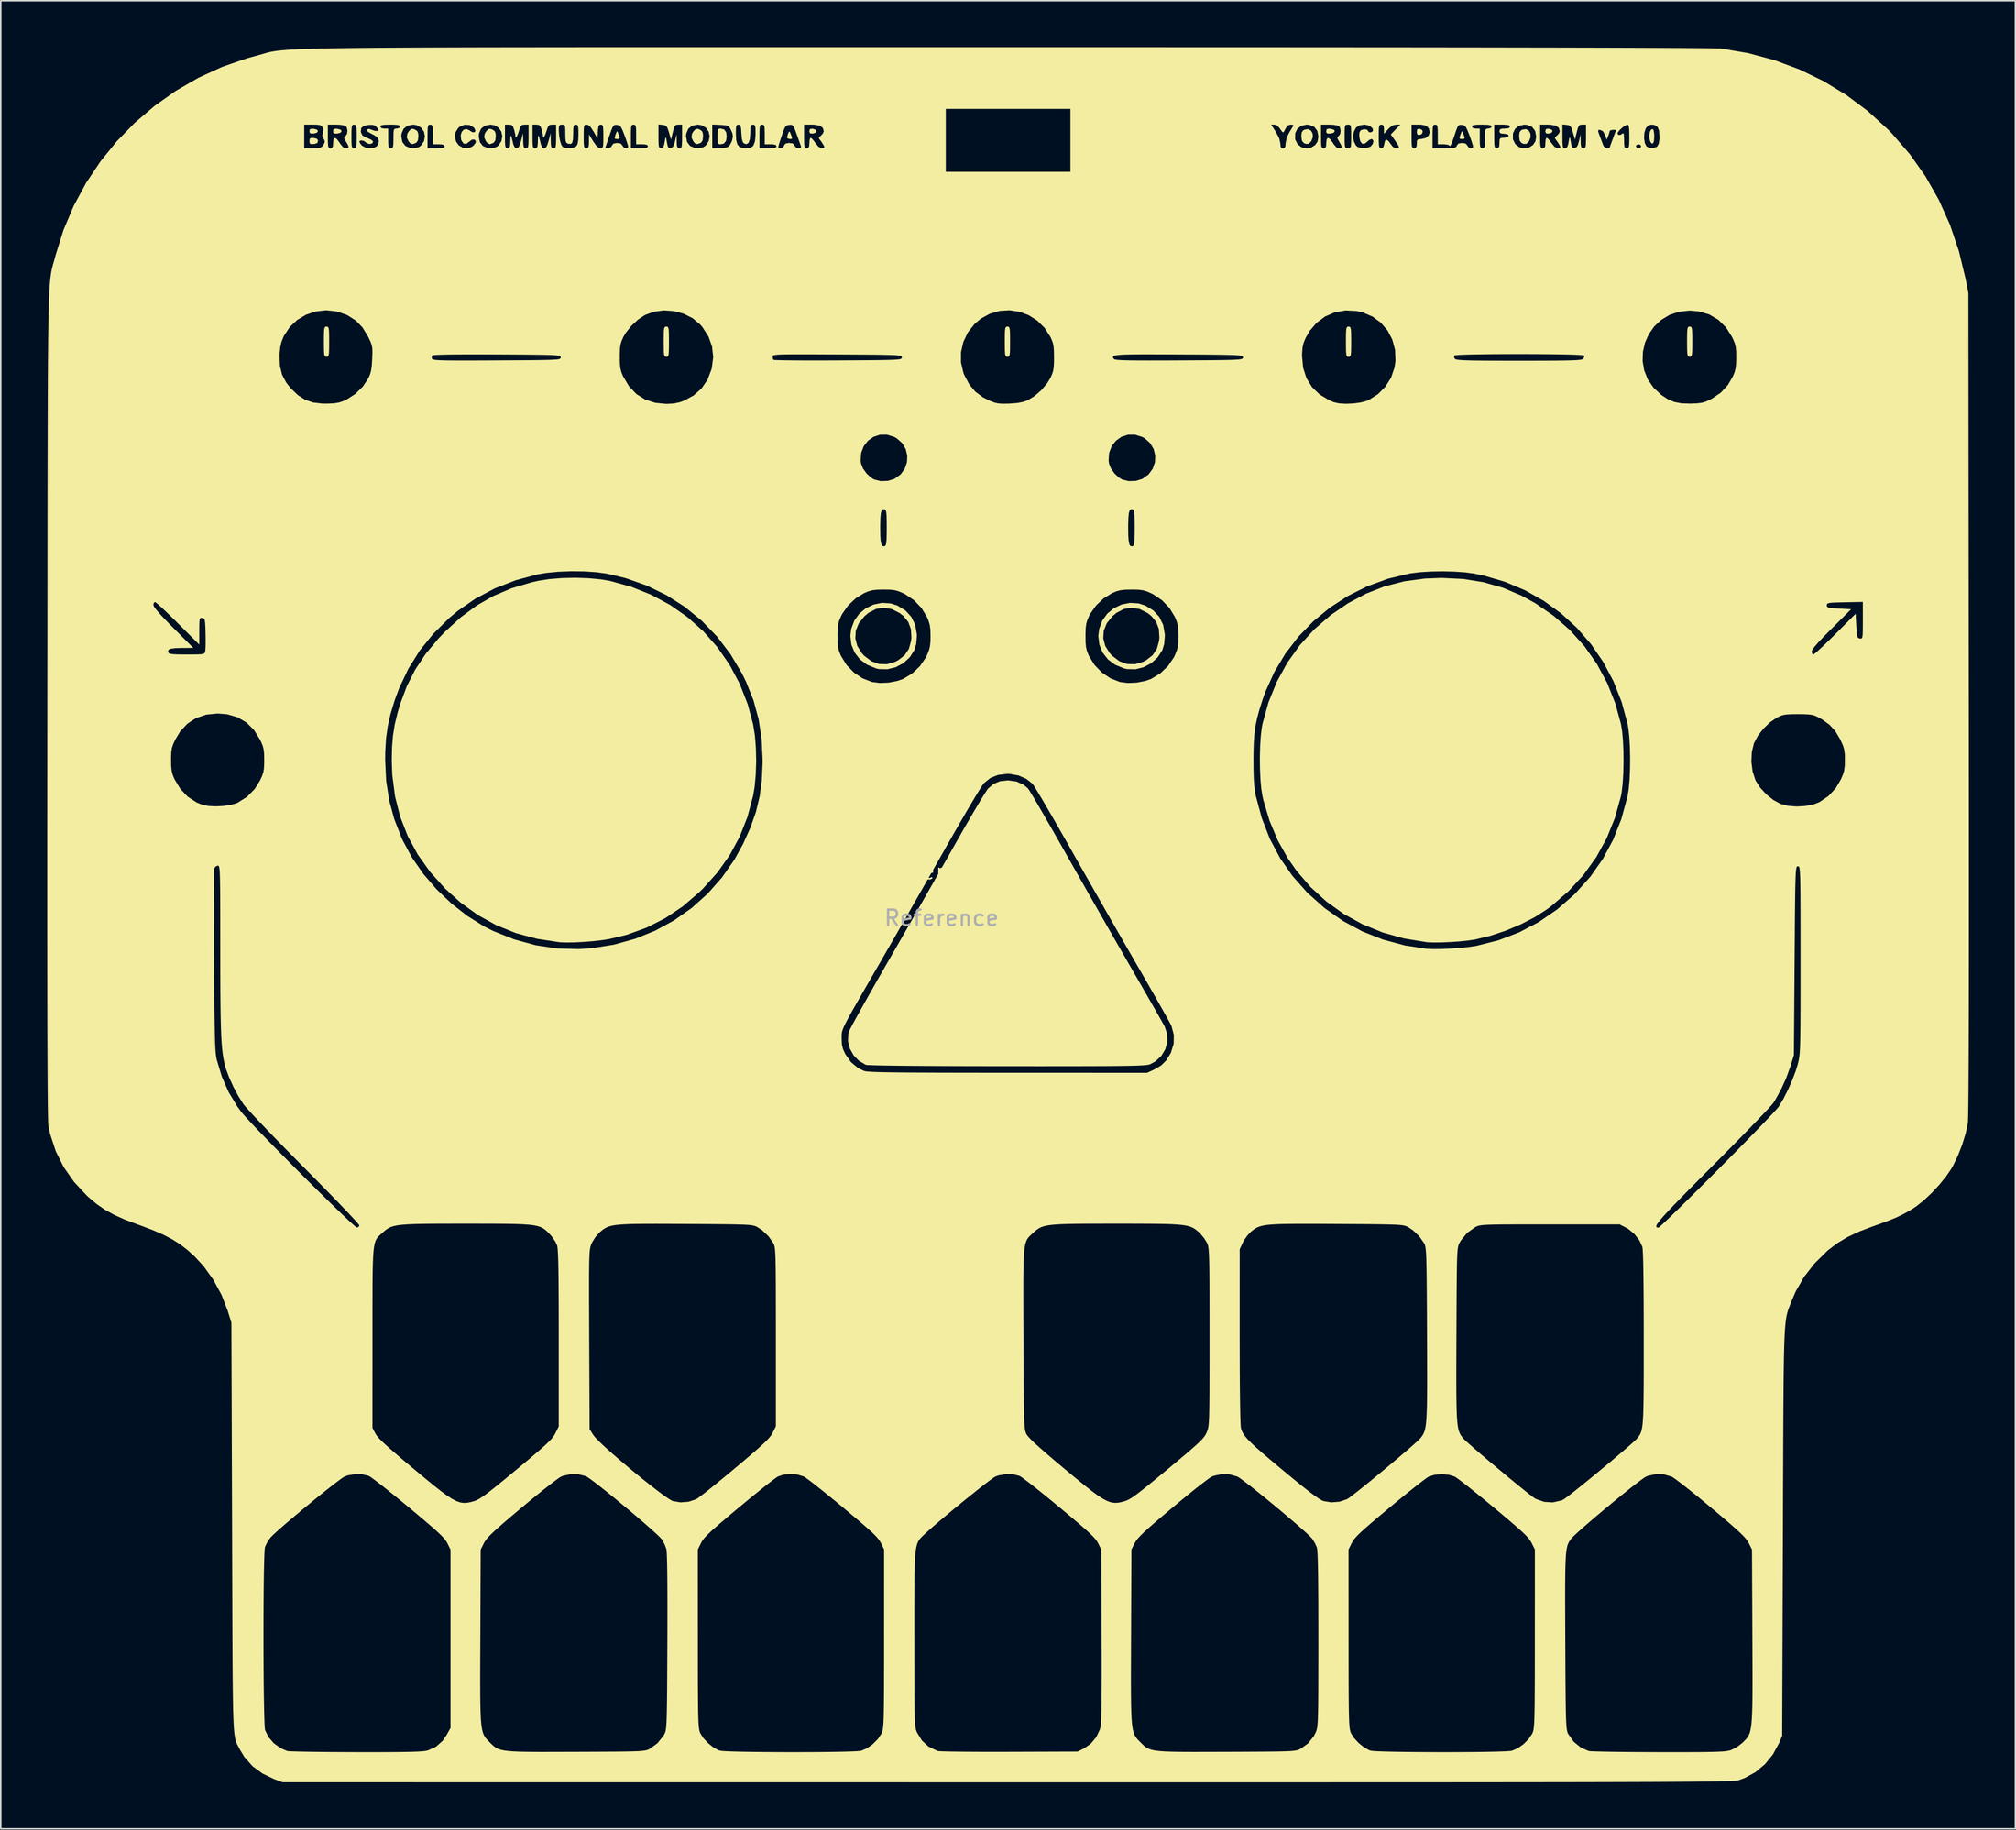
<source format=kicad_pcb>
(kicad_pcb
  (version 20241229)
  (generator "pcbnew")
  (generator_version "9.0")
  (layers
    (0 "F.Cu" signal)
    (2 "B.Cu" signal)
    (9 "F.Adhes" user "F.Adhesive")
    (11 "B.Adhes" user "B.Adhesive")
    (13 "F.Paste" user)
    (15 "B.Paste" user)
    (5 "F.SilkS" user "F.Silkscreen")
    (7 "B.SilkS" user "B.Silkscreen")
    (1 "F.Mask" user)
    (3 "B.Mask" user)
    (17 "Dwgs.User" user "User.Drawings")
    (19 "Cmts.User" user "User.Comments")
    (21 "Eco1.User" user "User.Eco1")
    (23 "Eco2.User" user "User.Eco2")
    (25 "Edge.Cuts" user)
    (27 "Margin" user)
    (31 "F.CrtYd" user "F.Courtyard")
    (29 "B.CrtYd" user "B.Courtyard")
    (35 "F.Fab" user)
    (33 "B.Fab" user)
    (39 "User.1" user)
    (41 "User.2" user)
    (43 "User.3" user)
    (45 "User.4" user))
  (footprint "Reference"
    (layer "F.Cu")
    (at 57.714 53.715)
    (property "Reference" "Reference" (at 0 -0.5 0) (unlocked yes) (layer "F.SilkS") (effects (font (size 1 1) (thickness 0.1))))
    (attr smd)
    (fp_poly (pts (xy -40.517 -48.45) (xy -40.307 -48.393) (xy -40.242 -48.296) (xy -40.321 -48.191) (xy -40.517 -48.142) (xy -40.708 -48.141) (xy -40.783 -48.208) (xy -40.793 -48.296) (xy -40.766 -48.418) (xy -40.654 -48.457)) (stroke (width 0) (type solid)) (fill yes) (layer "F.SilkS"))
    (fp_poly (pts (xy -38.993 -48.45) (xy -38.783 -48.393) (xy -38.718 -48.296) (xy -38.797 -48.191) (xy -38.993 -48.142) (xy -39.184 -48.141) (xy -39.259 -48.208) (xy -39.269 -48.296) (xy -39.242 -48.418) (xy -39.13 -48.457)) (stroke (width 0) (type solid)) (fill yes) (layer "F.SilkS"))
    (fp_poly (pts (xy -8.302 -48.45) (xy -8.123 -48.388) (xy -8.069 -48.296) (xy -8.145 -48.19) (xy -8.302 -48.142) (xy -8.473 -48.147) (xy -8.532 -48.239) (xy -8.535 -48.296) (xy -8.503 -48.425) (xy -8.376 -48.456)) (stroke (width 0) (type solid)) (fill yes) (layer "F.SilkS"))
    (fp_poly (pts (xy 25.099 -48.45) (xy 25.31 -48.393) (xy 25.374 -48.296) (xy 25.296 -48.191) (xy 25.099 -48.142) (xy 24.908 -48.141) (xy 24.833 -48.208) (xy 24.824 -48.296) (xy 24.851 -48.418) (xy 24.963 -48.457)) (stroke (width 0) (type solid)) (fill yes) (layer "F.SilkS"))
    (fp_poly (pts (xy 30.857 -48.45) (xy 31.016 -48.366) (xy 31.047 -48.254) (xy 30.978 -48.102) (xy 30.857 -48.057) (xy 30.715 -48.068) (xy 30.668 -48.186) (xy 30.666 -48.254) (xy 30.692 -48.415) (xy 30.799 -48.456)) (stroke (width 0) (type solid)) (fill yes) (layer "F.SilkS"))
    (fp_poly (pts (xy 39.196 -48.45) (xy 39.375 -48.388) (xy 39.429 -48.296) (xy 39.353 -48.19) (xy 39.196 -48.142) (xy 39.025 -48.147) (xy 38.966 -48.239) (xy 38.963 -48.296) (xy 38.995 -48.425) (xy 39.122 -48.456)) (stroke (width 0) (type solid)) (fill yes) (layer "F.SilkS"))
    (fp_poly (pts (xy -9.791 -48.242) (xy -9.729 -48.1) (xy -9.655 -47.9) (xy -9.655 -47.811) (xy -9.739 -47.789) (xy -9.805 -47.788) (xy -9.939 -47.832) (xy -9.968 -47.894) (xy -9.933 -48.056) (xy -9.893 -48.169) (xy -9.839 -48.272)) (stroke (width 0) (type solid)) (fill yes) (layer "F.SilkS"))
    (fp_poly (pts (xy -40.517 -47.857) (xy -40.318 -47.81) (xy -40.245 -47.705) (xy -40.242 -47.661) (xy -40.287 -47.534) (xy -40.446 -47.474) (xy -40.517 -47.465) (xy -40.707 -47.462) (xy -40.781 -47.529) (xy -40.793 -47.661) (xy -40.774 -47.812) (xy -40.682 -47.863)) (stroke (width 0) (type solid)) (fill yes) (layer "F.SilkS"))
    (fp_poly (pts (xy -20.896 -48.226) (xy -20.829 -48.055) (xy -20.824 -48.042) (xy -20.775 -47.867) (xy -20.813 -47.799) (xy -20.938 -47.788) (xy -21.073 -47.803) (xy -21.1 -47.88) (xy -21.053 -48.042) (xy -20.984 -48.217) (xy -20.94 -48.296) (xy -20.938 -48.296)) (stroke (width 0) (type solid)) (fill yes) (layer "F.SilkS"))
    (fp_poly (pts (xy 33.629 -48.226) (xy 33.697 -48.055) (xy 33.701 -48.042) (xy 33.751 -47.867) (xy 33.713 -47.799) (xy 33.587 -47.788) (xy 33.452 -47.803) (xy 33.425 -47.88) (xy 33.473 -48.042) (xy 33.541 -48.217) (xy 33.586 -48.296) (xy 33.587 -48.296)) (stroke (width 0) (type solid)) (fill yes) (layer "F.SilkS"))
    (fp_poly (pts (xy 45.91 -48.42) (xy 45.957 -48.313) (xy 45.986 -48.097) (xy 45.991 -47.957) (xy 45.97 -47.666) (xy 45.912 -47.509) (xy 45.827 -47.499) (xy 45.741 -47.611) (xy 45.678 -47.815) (xy 45.671 -48.046) (xy 45.711 -48.257) (xy 45.787 -48.401) (xy 45.89 -48.43)) (stroke (width 0) (type solid)) (fill yes) (layer "F.SilkS"))
    (fp_poly (pts (xy -14.032 -48.406) (xy -13.903 -48.223) (xy -13.869 -47.957) (xy -13.915 -47.658) (xy -14.058 -47.493) (xy -14.267 -47.449) (xy -14.375 -47.463) (xy -14.433 -47.529) (xy -14.457 -47.687) (xy -14.461 -47.957) (xy -14.456 -48.239) (xy -14.431 -48.392) (xy -14.37 -48.454) (xy -14.267 -48.465)) (stroke (width 0) (type solid)) (fill yes) (layer "F.SilkS"))
    (fp_poly (pts (xy 23.833 -48.337) (xy 23.941 -48.152) (xy 23.958 -47.914) (xy 23.861 -47.661) (xy 23.846 -47.638) (xy 23.686 -47.48) (xy 23.505 -47.474) (xy 23.363 -47.541) (xy 23.25 -47.691) (xy 23.215 -47.963) (xy 23.236 -48.2) (xy 23.319 -48.333) (xy 23.427 -48.396) (xy 23.655 -48.431)) (stroke (width 0) (type solid)) (fill yes) (layer "F.SilkS"))
    (fp_poly (pts (xy 37.888 -48.337) (xy 37.996 -48.152) (xy 38.012 -47.914) (xy 37.916 -47.661) (xy 37.9 -47.638) (xy 37.74 -47.48) (xy 37.559 -47.474) (xy 37.418 -47.541) (xy 37.305 -47.691) (xy 37.27 -47.963) (xy 37.291 -48.2) (xy 37.374 -48.333) (xy 37.481 -48.396) (xy 37.71 -48.431)) (stroke (width 0) (type solid)) (fill yes) (layer "F.SilkS"))
    (fp_poly (pts (xy -33.987 -48.401) (xy -33.838 -48.303) (xy -33.776 -48.15) (xy -33.765 -47.962) (xy -33.795 -47.702) (xy -33.895 -47.558) (xy -33.929 -47.537) (xy -34.137 -47.458) (xy -34.285 -47.507) (xy -34.396 -47.638) (xy -34.515 -47.897) (xy -34.476 -48.14) (xy -34.368 -48.305) (xy -34.234 -48.437) (xy -34.1 -48.445)) (stroke (width 0) (type solid)) (fill yes) (layer "F.SilkS"))
    (fp_poly (pts (xy -28.992 -48.401) (xy -28.843 -48.303) (xy -28.78 -48.15) (xy -28.77 -47.962) (xy -28.799 -47.702) (xy -28.899 -47.558) (xy -28.934 -47.537) (xy -29.142 -47.458) (xy -29.29 -47.507) (xy -29.4 -47.638) (xy -29.519 -47.897) (xy -29.48 -48.14) (xy -29.373 -48.305) (xy -29.238 -48.437) (xy -29.104 -48.445)) (stroke (width 0) (type solid)) (fill yes) (layer "F.SilkS"))
    (fp_poly (pts (xy -15.614 -48.401) (xy -15.466 -48.303) (xy -15.403 -48.15) (xy -15.393 -47.962) (xy -15.422 -47.702) (xy -15.522 -47.558) (xy -15.556 -47.537) (xy -15.764 -47.458) (xy -15.912 -47.507) (xy -16.023 -47.638) (xy -16.142 -47.897) (xy -16.103 -48.14) (xy -15.995 -48.305) (xy -15.861 -48.437) (xy -15.727 -48.445)) (stroke (width 0) (type solid)) (fill yes) (layer "F.SilkS"))
    (fp_poly (pts (xy -39.619 -35.67) (xy -39.571 -35.62) (xy -39.542 -35.502) (xy -39.528 -35.286) (xy -39.523 -34.945) (xy -39.523 -34.707) (xy -39.524 -34.289) (xy -39.533 -34.011) (xy -39.554 -33.845) (xy -39.591 -33.763) (xy -39.651 -33.736) (xy -39.692 -33.733) (xy -39.765 -33.744) (xy -39.813 -33.794) (xy -39.842 -33.912) (xy -39.856 -34.128) (xy -39.861 -34.469) (xy -39.861 -34.707) (xy -39.86 -35.125) (xy -39.851 -35.403) (xy -39.83 -35.569) (xy -39.793 -35.651) (xy -39.733 -35.678) (xy -39.692 -35.681)) (stroke (width 0) (type solid)) (fill yes) (layer "F.SilkS"))
    (fp_poly (pts (xy -17.691 -35.67) (xy -17.642 -35.62) (xy -17.613 -35.502) (xy -17.599 -35.286) (xy -17.594 -34.945) (xy -17.594 -34.707) (xy -17.596 -34.289) (xy -17.605 -34.011) (xy -17.625 -33.845) (xy -17.663 -33.763) (xy -17.722 -33.736) (xy -17.763 -33.733) (xy -17.836 -33.744) (xy -17.884 -33.794) (xy -17.913 -33.912) (xy -17.927 -34.128) (xy -17.932 -34.469) (xy -17.933 -34.707) (xy -17.931 -35.125) (xy -17.922 -35.403) (xy -17.902 -35.569) (xy -17.864 -35.651) (xy -17.805 -35.678) (xy -17.763 -35.681)) (stroke (width 0) (type solid)) (fill yes) (layer "F.SilkS"))
    (fp_poly (pts (xy 4.323 -35.67) (xy 4.371 -35.62) (xy 4.4 -35.502) (xy 4.414 -35.286) (xy 4.419 -34.945) (xy 4.419 -34.707) (xy 4.418 -34.289) (xy 4.409 -34.011) (xy 4.388 -33.845) (xy 4.351 -33.763) (xy 4.291 -33.736) (xy 4.25 -33.733) (xy 4.177 -33.744) (xy 4.129 -33.794) (xy 4.1 -33.912) (xy 4.086 -34.128) (xy 4.081 -34.469) (xy 4.081 -34.707) (xy 4.082 -35.125) (xy 4.091 -35.403) (xy 4.112 -35.569) (xy 4.149 -35.651) (xy 4.209 -35.678) (xy 4.25 -35.681)) (stroke (width 0) (type solid)) (fill yes) (layer "F.SilkS"))
    (fp_poly (pts (xy 26.336 -35.67) (xy 26.384 -35.62) (xy 26.413 -35.502) (xy 26.427 -35.286) (xy 26.432 -34.945) (xy 26.433 -34.707) (xy 26.431 -34.289) (xy 26.422 -34.011) (xy 26.402 -33.845) (xy 26.364 -33.763) (xy 26.305 -33.736) (xy 26.263 -33.733) (xy 26.191 -33.744) (xy 26.142 -33.794) (xy 26.113 -33.912) (xy 26.099 -34.128) (xy 26.094 -34.469) (xy 26.094 -34.707) (xy 26.096 -35.125) (xy 26.105 -35.403) (xy 26.125 -35.569) (xy 26.163 -35.651) (xy 26.222 -35.678) (xy 26.263 -35.681)) (stroke (width 0) (type solid)) (fill yes) (layer "F.SilkS"))
    (fp_poly (pts (xy 48.349 -35.67) (xy 48.398 -35.62) (xy 48.427 -35.502) (xy 48.441 -35.286) (xy 48.446 -34.945) (xy 48.446 -34.707) (xy 48.444 -34.289) (xy 48.435 -34.011) (xy 48.415 -33.845) (xy 48.377 -33.763) (xy 48.318 -33.736) (xy 48.277 -33.733) (xy 48.204 -33.744) (xy 48.156 -33.794) (xy 48.127 -33.912) (xy 48.113 -34.128) (xy 48.108 -34.469) (xy 48.107 -34.707) (xy 48.109 -35.125) (xy 48.118 -35.403) (xy 48.138 -35.569) (xy 48.176 -35.651) (xy 48.235 -35.678) (xy 48.277 -35.681)) (stroke (width 0) (type solid)) (fill yes) (layer "F.SilkS"))
    (fp_poly (pts (xy -3.299 -17.812) (xy -2.861 -17.674) (xy -2.343 -17.36) (xy -1.955 -16.942) (xy -1.705 -16.429) (xy -1.599 -15.833) (xy -1.596 -15.699) (xy -1.636 -15.201) (xy -1.75 -14.808) (xy -2.051 -14.335) (xy -2.463 -13.958) (xy -2.951 -13.695) (xy -3.485 -13.56) (xy -4.031 -13.57) (xy -4.222 -13.612) (xy -4.798 -13.847) (xy -5.265 -14.194) (xy -5.61 -14.635) (xy -5.822 -15.148) (xy -5.869 -15.557) (xy -5.569 -15.557) (xy -5.442 -15.069) (xy -5.155 -14.606) (xy -4.982 -14.419) (xy -4.525 -14.077) (xy -4.033 -13.899) (xy -3.519 -13.887) (xy -2.996 -14.041) (xy -2.797 -14.144) (xy -2.384 -14.467) (xy -2.109 -14.88) (xy -1.967 -15.393) (xy -1.947 -15.605) (xy -1.981 -16.158) (xy -2.153 -16.619) (xy -2.471 -17.004) (xy -2.71 -17.19) (xy -3.216 -17.444) (xy -3.726 -17.531) (xy -4.228 -17.452) (xy -4.707 -17.208) (xy -4.985 -16.977) (xy -5.341 -16.53) (xy -5.536 -16.051) (xy -5.569 -15.557) (xy -5.869 -15.557) (xy -5.888 -15.715) (xy -5.832 -16.167) (xy -5.632 -16.702) (xy -5.307 -17.151) (xy -4.884 -17.5) (xy -4.39 -17.736) (xy -3.853 -17.845)) (stroke (width 0) (type solid)) (fill yes) (layer "F.SilkS"))
    (fp_poly (pts (xy 12.703 -17.812) (xy 13.141 -17.674) (xy 13.659 -17.36) (xy 14.047 -16.942) (xy 14.297 -16.429) (xy 14.403 -15.833) (xy 14.406 -15.699) (xy 14.366 -15.201) (xy 14.252 -14.808) (xy 13.951 -14.335) (xy 13.539 -13.958) (xy 13.051 -13.695) (xy 12.517 -13.56) (xy 11.971 -13.57) (xy 11.78 -13.612) (xy 11.204 -13.847) (xy 10.737 -14.194) (xy 10.392 -14.635) (xy 10.18 -15.148) (xy 10.133 -15.557) (xy 10.433 -15.557) (xy 10.56 -15.069) (xy 10.847 -14.606) (xy 11.02 -14.419) (xy 11.477 -14.077) (xy 11.969 -13.899) (xy 12.483 -13.887) (xy 13.006 -14.041) (xy 13.205 -14.144) (xy 13.618 -14.467) (xy 13.893 -14.88) (xy 14.035 -15.393) (xy 14.055 -15.605) (xy 14.021 -16.158) (xy 13.849 -16.619) (xy 13.531 -17.004) (xy 13.292 -17.19) (xy 12.786 -17.444) (xy 12.276 -17.531) (xy 11.774 -17.452) (xy 11.295 -17.208) (xy 11.017 -16.977) (xy 10.661 -16.53) (xy 10.466 -16.051) (xy 10.433 -15.557) (xy 10.133 -15.557) (xy 10.114 -15.715) (xy 10.17 -16.167) (xy 10.37 -16.702) (xy 10.695 -17.151) (xy 11.118 -17.5) (xy 11.612 -17.736) (xy 12.149 -17.845)) (stroke (width 0) (type solid)) (fill yes) (layer "F.SilkS"))
    (fp_poly (pts (xy -22.79 -19.438) (xy -21.992 -19.363) (xy -21.43 -19.269) (xy -20.039 -18.889) (xy -18.729 -18.364) (xy -17.509 -17.703) (xy -16.386 -16.914) (xy -15.369 -16.003) (xy -14.466 -14.98) (xy -13.684 -13.851) (xy -13.031 -12.625) (xy -12.515 -11.31) (xy -12.162 -10) (xy -12.049 -9.293) (xy -11.984 -8.48) (xy -11.965 -7.615) (xy -11.993 -6.756) (xy -12.067 -5.958) (xy -12.162 -5.396) (xy -12.53 -4.023) (xy -13.031 -2.75) (xy -13.671 -1.564) (xy -14.457 -0.453) (xy -15.398 0.597) (xy -15.628 0.822) (xy -16.699 1.744) (xy -17.834 2.508) (xy -19.037 3.12) (xy -20.315 3.582) (xy -21.431 3.852) (xy -21.917 3.929) (xy -22.488 3.994) (xy -23.095 4.043) (xy -23.689 4.073) (xy -24.219 4.081) (xy -24.636 4.064) (xy -24.664 4.062) (xy -26.106 3.841) (xy -27.459 3.477) (xy -28.731 2.967) (xy -29.926 2.307) (xy -31.05 1.496) (xy -32.035 0.605) (xy -32.999 -0.467) (xy -33.803 -1.595) (xy -34.449 -2.784) (xy -34.938 -4.035) (xy -35.271 -5.351) (xy -35.45 -6.735) (xy -35.483 -7.656) (xy -35.466 -8.521) (xy -35.404 -9.283) (xy -35.288 -10.003) (xy -35.109 -10.746) (xy -34.937 -11.324) (xy -34.507 -12.475) (xy -33.965 -13.543) (xy -33.294 -14.553) (xy -32.479 -15.533) (xy -32.032 -15.998) (xy -31.027 -16.916) (xy -29.994 -17.678) (xy -28.909 -18.298) (xy -27.745 -18.79) (xy -26.478 -19.167) (xy -26.034 -19.269) (xy -25.327 -19.381) (xy -24.514 -19.447) (xy -23.649 -19.466)) (stroke (width 0) (type solid)) (fill yes) (layer "F.SilkS"))
    (fp_poly (pts (xy 33.667 -19.388) (xy 34.975 -19.178) (xy 36.219 -18.823) (xy 37.415 -18.317) (xy 38.321 -17.818) (xy 39.499 -17.007) (xy 40.557 -16.079) (xy 41.489 -15.041) (xy 42.291 -13.9) (xy 42.957 -12.664) (xy 43.482 -11.34) (xy 43.843 -10.022) (xy 43.92 -9.541) (xy 43.973 -8.937) (xy 44.003 -8.254) (xy 44.009 -7.536) (xy 43.992 -6.828) (xy 43.952 -6.175) (xy 43.888 -5.62) (xy 43.843 -5.372) (xy 43.453 -3.965) (xy 42.919 -2.646) (xy 42.241 -1.416) (xy 41.421 -0.278) (xy 40.459 0.768) (xy 39.358 1.718) (xy 39.071 1.933) (xy 38.291 2.436) (xy 37.392 2.901) (xy 36.423 3.31) (xy 35.432 3.642) (xy 34.47 3.876) (xy 34.329 3.902) (xy 33.895 3.963) (xy 33.372 4.014) (xy 32.808 4.052) (xy 32.253 4.075) (xy 31.756 4.08) (xy 31.367 4.065) (xy 31.301 4.059) (xy 29.852 3.822) (xy 28.474 3.437) (xy 27.173 2.908) (xy 25.958 2.24) (xy 24.837 1.438) (xy 23.818 0.507) (xy 22.908 -0.549) (xy 22.348 -1.348) (xy 21.696 -2.51) (xy 21.166 -3.772) (xy 20.768 -5.104) (xy 20.707 -5.372) (xy 20.63 -5.854) (xy 20.577 -6.458) (xy 20.547 -7.141) (xy 20.54 -7.859) (xy 20.557 -8.567) (xy 20.597 -9.22) (xy 20.661 -9.775) (xy 20.706 -10.022) (xy 21.095 -11.423) (xy 21.629 -12.742) (xy 22.304 -13.972) (xy 23.113 -15.107) (xy 24.053 -16.138) (xy 25.118 -17.06) (xy 26.228 -17.818) (xy 27.4 -18.444) (xy 28.605 -18.916) (xy 29.862 -19.238) (xy 31.188 -19.416) (xy 32.275 -19.457)) (stroke (width 0) (type solid)) (fill yes) (layer "F.SilkS"))
    (fp_poly (pts (xy 4.827 -6.314) (xy 5.29 -6.106) (xy 5.575 -5.865) (xy 5.65 -5.755) (xy 5.801 -5.511) (xy 6.017 -5.149) (xy 6.29 -4.682) (xy 6.612 -4.127) (xy 6.975 -3.496) (xy 7.37 -2.805) (xy 7.789 -2.068) (xy 7.956 -1.772) (xy 8.47 -0.863) (xy 9.037 0.134) (xy 9.635 1.185) (xy 10.245 2.253) (xy 10.844 3.302) (xy 11.414 4.295) (xy 11.932 5.196) (xy 12.186 5.637) (xy 12.6 6.354) (xy 12.993 7.036) (xy 13.356 7.669) (xy 13.68 8.235) (xy 13.956 8.718) (xy 14.173 9.102) (xy 14.324 9.372) (xy 14.398 9.507) (xy 14.559 9.996) (xy 14.567 10.496) (xy 14.435 10.976) (xy 14.175 11.406) (xy 13.797 11.756) (xy 13.46 11.94) (xy 13.395 11.961) (xy 13.3 11.98) (xy 13.166 11.996) (xy 12.984 12.011) (xy 12.743 12.023) (xy 12.434 12.034) (xy 12.047 12.043) (xy 11.573 12.05) (xy 11.002 12.056) (xy 10.325 12.06) (xy 9.532 12.063) (xy 8.613 12.065) (xy 7.558 12.066) (xy 6.358 12.067) (xy 5.004 12.066) (xy 4.232 12.066) (xy 2.705 12.064) (xy 1.305 12.061) (xy 0.035 12.056) (xy -1.101 12.05) (xy -2.097 12.043) (xy -2.949 12.034) (xy -3.653 12.024) (xy -4.204 12.013) (xy -4.597 12) (xy -4.829 11.987) (xy -4.891 11.977) (xy -5.33 11.722) (xy -5.679 11.362) (xy -5.921 10.929) (xy -6.04 10.458) (xy -6.019 9.984) (xy -5.973 9.817) (xy -5.909 9.681) (xy -5.768 9.412) (xy -5.558 9.025) (xy -5.287 8.535) (xy -4.963 7.956) (xy -4.594 7.302) (xy -4.188 6.587) (xy -3.752 5.825) (xy -3.394 5.203) (xy -2.868 4.288) (xy -2.306 3.309) (xy -1.724 2.293) (xy -1.14 1.272) (xy -0.571 0.275) (xy -0.034 -0.668) (xy 0.454 -1.526) (xy 0.875 -2.271) (xy 0.904 -2.322) (xy 1.296 -3.013) (xy 1.672 -3.667) (xy 2.022 -4.268) (xy 2.335 -4.798) (xy 2.602 -5.241) (xy 2.812 -5.58) (xy 2.957 -5.798) (xy 3.01 -5.867) (xy 3.364 -6.164) (xy 3.767 -6.331) (xy 4.264 -6.386) (xy 4.293 -6.386)) (stroke (width 0) (type solid)) (fill yes) (layer "F.SilkS"))
    (fp_poly (pts (xy -10.506 -53.715) (xy -7.768 -53.715) (xy -4.877 -53.715) (xy -1.83 -53.715) (xy 1.38 -53.715) (xy 4.281 -53.715) (xy 8.114 -53.715) (xy 11.779 -53.714) (xy 15.274 -53.713) (xy 18.601 -53.712) (xy 21.76 -53.711) (xy 24.752 -53.709) (xy 27.576 -53.707) (xy 30.233 -53.705) (xy 32.724 -53.702) (xy 35.048 -53.699) (xy 37.207 -53.695) (xy 39.199 -53.692) (xy 41.027 -53.688) (xy 42.689 -53.684) (xy 44.187 -53.679) (xy 45.521 -53.674) (xy 46.69 -53.669) (xy 47.696 -53.663) (xy 48.539 -53.657) (xy 49.219 -53.651) (xy 49.736 -53.644) (xy 50.091 -53.637) (xy 50.284 -53.63) (xy 50.311 -53.628) (xy 52.046 -53.335) (xy 53.73 -52.885) (xy 55.352 -52.283) (xy 56.903 -51.533) (xy 58.373 -50.64) (xy 59.754 -49.61) (xy 61.034 -48.447) (xy 61.353 -48.12) (xy 62.492 -46.799) (xy 63.491 -45.383) (xy 64.35 -43.873) (xy 65.067 -42.273) (xy 65.641 -40.582) (xy 66.073 -38.802) (xy 66.079 -38.771) (xy 66.261 -37.84) (xy 66.288 -11.339) (xy 66.291 -8.514) (xy 66.293 -5.857) (xy 66.294 -3.365) (xy 66.295 -1.035) (xy 66.295 1.133) (xy 66.294 3.142) (xy 66.293 4.995) (xy 66.291 6.692) (xy 66.289 8.237) (xy 66.286 9.632) (xy 66.282 10.878) (xy 66.277 11.978) (xy 66.272 12.933) (xy 66.266 13.746) (xy 66.259 14.42) (xy 66.252 14.955) (xy 66.244 15.354) (xy 66.235 15.619) (xy 66.225 15.753) (xy 66.225 15.754) (xy 66.083 16.415) (xy 65.859 17.14) (xy 65.576 17.862) (xy 65.259 18.514) (xy 65.157 18.692) (xy 64.816 19.192) (xy 64.38 19.726) (xy 63.89 20.252) (xy 63.385 20.727) (xy 62.906 21.109) (xy 62.762 21.206) (xy 62.379 21.442) (xy 62.005 21.646) (xy 61.603 21.836) (xy 61.135 22.028) (xy 60.565 22.239) (xy 60.138 22.389) (xy 59.231 22.733) (xy 58.463 23.095) (xy 57.803 23.49) (xy 57.219 23.935) (xy 57.175 23.973) (xy 56.342 24.791) (xy 55.661 25.663) (xy 55.121 26.604) (xy 54.872 27.18) (xy 54.803 27.354) (xy 54.74 27.509) (xy 54.683 27.654) (xy 54.632 27.798) (xy 54.586 27.948) (xy 54.545 28.113) (xy 54.509 28.301) (xy 54.477 28.521) (xy 54.449 28.781) (xy 54.425 29.089) (xy 54.404 29.455) (xy 54.386 29.885) (xy 54.371 30.389) (xy 54.358 30.975) (xy 54.347 31.651) (xy 54.338 32.426) (xy 54.331 33.307) (xy 54.324 34.304) (xy 54.318 35.425) (xy 54.313 36.678) (xy 54.308 38.072) (xy 54.302 39.614) (xy 54.297 41.313) (xy 54.294 42.128) (xy 54.246 55.294) (xy 54.053 55.748) (xy 53.655 56.484) (xy 53.14 57.119) (xy 52.525 57.636) (xy 51.828 58.018) (xy 51.415 58.165) (xy 51.372 58.175) (xy 51.306 58.184) (xy 51.215 58.193) (xy 51.094 58.201) (xy 50.939 58.209) (xy 50.746 58.216) (xy 50.511 58.223) (xy 50.229 58.23) (xy 49.896 58.236) (xy 49.509 58.242) (xy 49.063 58.248) (xy 48.554 58.253) (xy 47.977 58.257) (xy 47.33 58.262) (xy 46.607 58.266) (xy 45.804 58.27) (xy 44.918 58.273) (xy 43.944 58.276) (xy 42.879 58.279) (xy 41.717 58.282) (xy 40.455 58.284) (xy 39.088 58.286) (xy 37.613 58.288) (xy 36.026 58.289) (xy 34.322 58.291) (xy 32.497 58.292) (xy 30.547 58.293) (xy 28.467 58.294) (xy 26.255 58.294) (xy 23.905 58.295) (xy 21.414 58.295) (xy 18.777 58.295) (xy 15.99 58.296) (xy 13.049 58.296) (xy 9.95 58.295) (xy 6.69 58.295) (xy 4.213 58.295) (xy -42.528 58.291) (xy -43.068 58.09) (xy -43.822 57.73) (xy -44.466 57.254) (xy -44.985 56.674) (xy -45.278 56.191) (xy -45.34 56.074) (xy -45.395 55.971) (xy -45.446 55.876) (xy -45.491 55.78) (xy -45.532 55.674) (xy -45.568 55.551) (xy -45.6 55.402) (xy -45.629 55.22) (xy -45.653 54.995) (xy -45.675 54.72) (xy -45.693 54.386) (xy -45.708 53.986) (xy -45.722 53.51) (xy -45.733 52.952) (xy -45.742 52.303) (xy -45.75 51.554) (xy -45.756 50.697) (xy -45.762 49.725) (xy -45.767 48.629) (xy -45.767 48.481) (xy -43.76 48.481) (xy -43.76 49.365) (xy -43.757 50.241) (xy -43.752 51.094) (xy -43.746 51.904) (xy -43.737 52.655) (xy -43.726 53.329) (xy -43.713 53.908) (xy -43.699 54.375) (xy -43.682 54.712) (xy -43.663 54.902) (xy -43.658 54.925) (xy -43.443 55.37) (xy -43.096 55.77) (xy -42.656 56.09) (xy -42.233 56.273) (xy -42.108 56.286) (xy -41.831 56.298) (xy -41.419 56.309) (xy -40.889 56.32) (xy -40.258 56.329) (xy -39.543 56.336) (xy -38.762 56.341) (xy -37.931 56.344) (xy -37.779 56.345) (xy -36.769 56.346) (xy -35.915 56.344) (xy -35.204 56.34) (xy -34.621 56.333) (xy -34.155 56.323) (xy -33.79 56.309) (xy -33.515 56.291) (xy -33.315 56.269) (xy -33.178 56.243) (xy -33.152 56.236) (xy -32.634 56.001) (xy -32.214 55.634) (xy -31.937 55.231) (xy -31.691 54.786) (xy -31.691 51.915) (xy -29.776 51.915) (xy -29.774 52.656) (xy -29.766 53.278) (xy -29.752 53.794) (xy -29.732 54.215) (xy -29.703 54.554) (xy -29.665 54.824) (xy -29.617 55.037) (xy -29.557 55.206) (xy -29.485 55.344) (xy -29.399 55.462) (xy -29.299 55.573) (xy -29.182 55.69) (xy -29.161 55.712) (xy -29.027 55.845) (xy -28.904 55.957) (xy -28.777 56.051) (xy -28.632 56.129) (xy -28.453 56.191) (xy -28.228 56.239) (xy -27.94 56.275) (xy -27.577 56.301) (xy -27.123 56.318) (xy -26.564 56.327) (xy -25.886 56.331) (xy -25.074 56.33) (xy -24.114 56.327) (xy -23.605 56.326) (xy -22.624 56.322) (xy -21.798 56.318) (xy -21.112 56.314) (xy -20.552 56.308) (xy -20.102 56.3) (xy -19.75 56.29) (xy -19.479 56.277) (xy -19.277 56.26) (xy -19.127 56.238) (xy -19.015 56.212) (xy -18.928 56.18) (xy -18.85 56.142) (xy -18.822 56.127) (xy -18.33 55.767) (xy -17.944 55.281) (xy -17.879 55.167) (xy -17.848 55.1) (xy -17.821 55.02) (xy -17.798 54.911) (xy -17.778 54.763) (xy -17.762 54.563) (xy -17.748 54.297) (xy -17.737 53.954) (xy -17.728 53.521) (xy -17.72 52.984) (xy -17.714 52.333) (xy -17.709 51.554) (xy -17.704 50.634) (xy -17.699 49.561) (xy -17.698 49.215) (xy -17.694 47.94) (xy -17.693 46.809) (xy -17.696 45.826) (xy -17.702 44.995) (xy -17.711 44.319) (xy -17.723 43.801) (xy -17.739 43.445) (xy -17.756 43.262) (xy -15.731 43.262) (xy -15.729 49.024) (xy -15.729 50.156) (xy -15.728 51.132) (xy -15.726 51.963) (xy -15.722 52.663) (xy -15.717 53.243) (xy -15.711 53.717) (xy -15.702 54.097) (xy -15.69 54.395) (xy -15.676 54.624) (xy -15.658 54.797) (xy -15.637 54.926) (xy -15.612 55.024) (xy -15.583 55.102) (xy -15.572 55.128) (xy -15.373 55.442) (xy -15.078 55.759) (xy -14.741 56.032) (xy -14.412 56.216) (xy -14.31 56.251) (xy -14.146 56.272) (xy -13.833 56.29) (xy -13.391 56.306) (xy -12.842 56.319) (xy -12.205 56.329) (xy -11.5 56.337) (xy -10.749 56.342) (xy -9.972 56.345) (xy -9.189 56.345) (xy -8.42 56.342) (xy -7.687 56.337) (xy -7.009 56.329) (xy -6.406 56.318) (xy -5.9 56.304) (xy -5.511 56.288) (xy -5.259 56.269) (xy -5.186 56.257) (xy -4.818 56.099) (xy -4.441 55.831) (xy -4.109 55.498) (xy -3.877 55.147) (xy -3.868 55.128) (xy -3.837 55.052) (xy -3.811 54.963) (xy -3.789 54.846) (xy -3.77 54.69) (xy -3.754 54.482) (xy -3.742 54.209) (xy -3.732 53.859) (xy -3.725 53.419) (xy -3.719 52.878) (xy -3.715 52.221) (xy -3.713 51.437) (xy -3.711 50.513) (xy -3.711 49.436) (xy -3.711 49.024) (xy -3.71 47.645) (xy -1.76 47.645) (xy -1.76 48.772) (xy -1.759 49.065) (xy -1.759 50.18) (xy -1.758 51.139) (xy -1.756 51.955) (xy -1.753 52.639) (xy -1.749 53.205) (xy -1.742 53.666) (xy -1.733 54.035) (xy -1.722 54.324) (xy -1.707 54.546) (xy -1.689 54.714) (xy -1.667 54.841) (xy -1.641 54.94) (xy -1.611 55.023) (xy -1.585 55.082) (xy -1.267 55.601) (xy -0.841 55.99) (xy -0.301 56.253) (xy -0.238 56.274) (xy -0.114 56.286) (xy 0.162 56.297) (xy 0.575 56.307) (xy 1.106 56.315) (xy 1.74 56.321) (xy 2.459 56.325) (xy 3.248 56.326) (xy 4.088 56.326) (xy 4.377 56.325) (xy 8.78 56.31) (xy 9.185 56.11) (xy 9.623 55.806) (xy 9.977 55.385) (xy 10.211 54.893) (xy 10.259 54.712) (xy 10.28 54.522) (xy 10.298 54.175) (xy 10.312 53.669) (xy 10.323 53.004) (xy 10.329 52.176) (xy 10.33 51.913) (xy 12.218 51.913) (xy 12.221 52.655) (xy 12.229 53.277) (xy 12.242 53.793) (xy 12.263 54.214) (xy 12.291 54.553) (xy 12.329 54.823) (xy 12.378 55.037) (xy 12.437 55.206) (xy 12.509 55.343) (xy 12.595 55.461) (xy 12.696 55.573) (xy 12.812 55.69) (xy 12.834 55.712) (xy 12.967 55.845) (xy 13.09 55.957) (xy 13.217 56.051) (xy 13.363 56.129) (xy 13.541 56.191) (xy 13.767 56.239) (xy 14.054 56.275) (xy 14.418 56.301) (xy 14.872 56.318) (xy 15.431 56.327) (xy 16.109 56.331) (xy 16.921 56.33) (xy 17.881 56.327) (xy 18.389 56.326) (xy 19.37 56.322) (xy 20.197 56.318) (xy 20.883 56.314) (xy 21.443 56.308) (xy 21.892 56.3) (xy 22.245 56.29) (xy 22.515 56.277) (xy 22.718 56.26) (xy 22.868 56.238) (xy 22.979 56.212) (xy 23.067 56.18) (xy 23.145 56.142) (xy 23.173 56.127) (xy 23.656 55.779) (xy 24.019 55.317) (xy 24.14 55.082) (xy 24.174 55.002) (xy 24.203 54.916) (xy 24.228 54.812) (xy 24.249 54.675) (xy 24.266 54.494) (xy 24.28 54.256) (xy 24.29 53.948) (xy 24.299 53.556) (xy 24.305 53.069) (xy 24.309 52.474) (xy 24.311 51.757) (xy 24.313 50.905) (xy 24.314 49.907) (xy 24.314 49.062) (xy 24.313 47.809) (xy 24.311 46.718) (xy 24.305 45.785) (xy 24.298 45.002) (xy 24.287 44.364) (xy 24.274 43.864) (xy 24.259 43.497) (xy 24.241 43.262) (xy 26.263 43.262) (xy 26.265 49.024) (xy 26.266 50.156) (xy 26.267 51.132) (xy 26.269 51.963) (xy 26.272 52.663) (xy 26.277 53.243) (xy 26.284 53.717) (xy 26.293 54.097) (xy 26.304 54.395) (xy 26.319 54.624) (xy 26.336 54.797) (xy 26.357 54.926) (xy 26.382 55.024) (xy 26.411 55.102) (xy 26.422 55.128) (xy 26.622 55.442) (xy 26.916 55.759) (xy 27.254 56.032) (xy 27.583 56.216) (xy 27.685 56.251) (xy 27.849 56.272) (xy 28.162 56.29) (xy 28.603 56.306) (xy 29.153 56.319) (xy 29.79 56.329) (xy 30.494 56.337) (xy 31.245 56.342) (xy 32.023 56.345) (xy 32.806 56.345) (xy 33.574 56.342) (xy 34.308 56.337) (xy 34.986 56.329) (xy 35.588 56.318) (xy 36.094 56.304) (xy 36.484 56.288) (xy 36.736 56.269) (xy 36.808 56.257) (xy 37.177 56.099) (xy 37.554 55.831) (xy 37.886 55.498) (xy 38.118 55.147) (xy 38.127 55.128) (xy 38.157 55.052) (xy 38.184 54.963) (xy 38.206 54.846) (xy 38.225 54.69) (xy 38.24 54.482) (xy 38.253 54.209) (xy 38.262 53.859) (xy 38.27 53.419) (xy 38.275 52.878) (xy 38.279 52.221) (xy 38.282 51.437) (xy 38.283 50.513) (xy 38.284 49.436) (xy 38.284 49.024) (xy 38.285 46.541) (xy 40.24 46.541) (xy 40.243 47.465) (xy 40.247 48.539) (xy 40.25 49.198) (xy 40.255 50.32) (xy 40.26 51.285) (xy 40.266 52.106) (xy 40.272 52.796) (xy 40.28 53.366) (xy 40.288 53.83) (xy 40.299 54.2) (xy 40.312 54.488) (xy 40.327 54.707) (xy 40.346 54.87) (xy 40.368 54.99) (xy 40.393 55.078) (xy 40.423 55.147) (xy 40.433 55.167) (xy 40.792 55.676) (xy 41.254 56.051) (xy 41.757 56.273) (xy 41.881 56.286) (xy 42.158 56.298) (xy 42.57 56.309) (xy 43.1 56.32) (xy 43.732 56.329) (xy 44.448 56.336) (xy 45.231 56.341) (xy 46.065 56.344) (xy 46.251 56.345) (xy 47.229 56.346) (xy 48.052 56.345) (xy 48.737 56.343) (xy 49.296 56.338) (xy 49.746 56.33) (xy 50.101 56.319) (xy 50.376 56.305) (xy 50.586 56.286) (xy 50.746 56.263) (xy 50.871 56.234) (xy 50.944 56.212) (xy 51.31 56.031) (xy 51.665 55.76) (xy 51.717 55.71) (xy 51.836 55.591) (xy 51.939 55.48) (xy 52.027 55.363) (xy 52.101 55.23) (xy 52.163 55.067) (xy 52.213 54.862) (xy 52.252 54.602) (xy 52.282 54.275) (xy 52.304 53.869) (xy 52.319 53.37) (xy 52.327 52.766) (xy 52.331 52.045) (xy 52.331 51.195) (xy 52.327 50.202) (xy 52.323 49.054) (xy 52.322 48.85) (xy 52.298 43.271) (xy 52.087 42.848) (xy 52.01 42.715) (xy 51.903 42.57) (xy 51.75 42.399) (xy 51.539 42.19) (xy 51.254 41.928) (xy 50.883 41.602) (xy 50.411 41.198) (xy 49.825 40.703) (xy 49.674 40.576) (xy 49.136 40.128) (xy 48.624 39.709) (xy 48.155 39.334) (xy 47.749 39.016) (xy 47.423 38.77) (xy 47.196 38.61) (xy 47.108 38.559) (xy 46.628 38.42) (xy 46.101 38.401) (xy 45.598 38.504) (xy 45.466 38.556) (xy 45.31 38.653) (xy 45.046 38.844) (xy 44.693 39.114) (xy 44.272 39.447) (xy 43.802 39.825) (xy 43.303 40.233) (xy 42.794 40.655) (xy 42.296 41.073) (xy 41.827 41.473) (xy 41.408 41.836) (xy 41.058 42.148) (xy 40.796 42.392) (xy 40.644 42.551) (xy 40.632 42.566) (xy 40.554 42.672) (xy 40.486 42.777) (xy 40.429 42.894) (xy 40.381 43.035) (xy 40.341 43.213) (xy 40.309 43.44) (xy 40.284 43.729) (xy 40.266 44.092) (xy 40.253 44.542) (xy 40.245 45.092) (xy 40.241 45.754) (xy 40.24 46.541) (xy 38.285 46.541) (xy 38.286 43.262) (xy 38.073 42.835) (xy 37.998 42.704) (xy 37.895 42.562) (xy 37.748 42.396) (xy 37.545 42.195) (xy 37.271 41.943) (xy 36.912 41.629) (xy 36.455 41.24) (xy 35.886 40.762) (xy 35.641 40.558) (xy 35.103 40.112) (xy 34.593 39.696) (xy 34.129 39.323) (xy 33.729 39.008) (xy 33.41 38.765) (xy 33.191 38.607) (xy 33.106 38.555) (xy 32.729 38.441) (xy 32.276 38.403) (xy 31.823 38.441) (xy 31.445 38.554) (xy 31.443 38.555) (xy 31.304 38.645) (xy 31.053 38.83) (xy 30.708 39.097) (xy 30.287 39.43) (xy 29.807 39.817) (xy 29.287 40.244) (xy 28.908 40.558) (xy 28.293 41.072) (xy 27.796 41.493) (xy 27.402 41.834) (xy 27.098 42.107) (xy 26.87 42.326) (xy 26.704 42.503) (xy 26.586 42.652) (xy 26.502 42.786) (xy 26.476 42.835) (xy 26.263 43.262) (xy 24.241 43.262) (xy 24.24 43.255) (xy 24.22 43.135) (xy 24.101 42.87) (xy 23.937 42.598) (xy 23.914 42.566) (xy 23.781 42.422) (xy 23.536 42.191) (xy 23.199 41.888) (xy 22.79 41.531) (xy 22.328 41.136) (xy 21.833 40.719) (xy 21.324 40.297) (xy 20.822 39.886) (xy 20.346 39.501) (xy 19.916 39.161) (xy 19.552 38.88) (xy 19.273 38.675) (xy 19.099 38.564) (xy 19.083 38.556) (xy 18.601 38.419) (xy 18.073 38.402) (xy 17.572 38.506) (xy 17.442 38.559) (xy 17.29 38.653) (xy 17.028 38.843) (xy 16.674 39.114) (xy 16.245 39.453) (xy 15.761 39.845) (xy 15.238 40.275) (xy 14.879 40.576) (xy 14.262 41.096) (xy 13.763 41.523) (xy 13.368 41.869) (xy 13.063 42.147) (xy 12.834 42.37) (xy 12.669 42.55) (xy 12.552 42.701) (xy 12.471 42.835) (xy 12.466 42.845) (xy 12.251 43.266) (xy 12.227 48.848) (xy 12.223 50.022) (xy 12.219 51.04) (xy 12.218 51.913) (xy 10.33 51.913) (xy 10.332 51.184) (xy 10.331 50.026) (xy 10.327 48.771) (xy 10.304 43.271) (xy 10.101 42.859) (xy 10.028 42.732) (xy 9.924 42.592) (xy 9.774 42.425) (xy 9.566 42.22) (xy 9.285 41.963) (xy 8.918 41.643) (xy 8.452 41.246) (xy 7.873 40.761) (xy 7.612 40.542) (xy 7.067 40.092) (xy 6.551 39.672) (xy 6.083 39.297) (xy 5.678 38.98) (xy 5.354 38.734) (xy 5.129 38.573) (xy 5.03 38.514) (xy 4.614 38.411) (xy 4.136 38.402) (xy 3.673 38.482) (xy 3.472 38.556) (xy 3.326 38.647) (xy 3.072 38.832) (xy 2.728 39.094) (xy 2.315 39.418) (xy 1.852 39.788) (xy 1.359 40.187) (xy 0.855 40.599) (xy 0.362 41.009) (xy -0.103 41.4) (xy -0.519 41.756) (xy -0.865 42.061) (xy -1.124 42.299) (xy -1.145 42.319) (xy -1.262 42.432) (xy -1.363 42.536) (xy -1.449 42.644) (xy -1.522 42.767) (xy -1.583 42.92) (xy -1.632 43.113) (xy -1.672 43.36) (xy -1.702 43.674) (xy -1.725 44.066) (xy -1.74 44.549) (xy -1.751 45.136) (xy -1.757 45.839) (xy -1.759 46.671) (xy -1.76 47.645) (xy -3.71 47.645) (xy -3.709 43.262) (xy -3.921 42.835) (xy -3.996 42.704) (xy -4.1 42.562) (xy -4.247 42.396) (xy -4.45 42.195) (xy -4.724 41.943) (xy -5.082 41.629) (xy -5.54 41.24) (xy -6.109 40.762) (xy -6.354 40.558) (xy -6.892 40.112) (xy -7.403 39.695) (xy -7.869 39.322) (xy -8.27 39.006) (xy -8.59 38.762) (xy -8.812 38.603) (xy -8.898 38.551) (xy -9.286 38.431) (xy -9.743 38.391) (xy -10.194 38.432) (xy -10.55 38.545) (xy -10.688 38.636) (xy -10.939 38.822) (xy -11.283 39.089) (xy -11.704 39.424) (xy -12.184 39.812) (xy -12.704 40.239) (xy -13.084 40.555) (xy -13.7 41.07) (xy -14.198 41.492) (xy -14.592 41.833) (xy -14.896 42.106) (xy -15.124 42.325) (xy -15.291 42.503) (xy -15.409 42.652) (xy -15.493 42.786) (xy -15.519 42.835) (xy -15.731 43.262) (xy -17.756 43.262) (xy -17.757 43.254) (xy -17.761 43.238) (xy -17.871 42.942) (xy -18.025 42.652) (xy -18.04 42.628) (xy -18.162 42.489) (xy -18.397 42.263) (xy -18.726 41.965) (xy -19.128 41.61) (xy -19.586 41.216) (xy -20.079 40.798) (xy -20.589 40.373) (xy -21.095 39.955) (xy -21.58 39.562) (xy -22.023 39.209) (xy -22.405 38.913) (xy -22.708 38.689) (xy -22.911 38.553) (xy -22.966 38.525) (xy -23.436 38.411) (xy -23.95 38.406) (xy -24.432 38.51) (xy -24.553 38.559) (xy -24.705 38.653) (xy -24.967 38.843) (xy -25.321 39.114) (xy -25.75 39.453) (xy -26.235 39.844) (xy -26.758 40.274) (xy -27.119 40.576) (xy -27.733 41.093) (xy -28.23 41.517) (xy -28.623 41.86) (xy -28.926 42.135) (xy -29.153 42.355) (xy -29.318 42.534) (xy -29.434 42.684) (xy -29.517 42.818) (xy -29.532 42.848) (xy -29.744 43.271) (xy -29.767 48.85) (xy -29.772 50.025) (xy -29.776 51.042) (xy -29.776 51.915) (xy -31.691 51.915) (xy -31.691 49.028) (xy -31.691 43.271) (xy -31.894 42.859) (xy -31.966 42.732) (xy -32.071 42.592) (xy -32.22 42.425) (xy -32.429 42.22) (xy -32.71 41.963) (xy -33.076 41.643) (xy -33.542 41.246) (xy -34.121 40.761) (xy -34.383 40.542) (xy -34.928 40.092) (xy -35.443 39.672) (xy -35.912 39.297) (xy -36.317 38.98) (xy -36.641 38.734) (xy -36.866 38.573) (xy -36.965 38.514) (xy -37.375 38.412) (xy -37.85 38.401) (xy -38.312 38.478) (xy -38.523 38.553) (xy -38.674 38.646) (xy -38.933 38.833) (xy -39.281 39.099) (xy -39.698 39.426) (xy -40.165 39.8) (xy -40.661 40.204) (xy -41.167 40.621) (xy -41.664 41.036) (xy -42.132 41.432) (xy -42.551 41.792) (xy -42.901 42.102) (xy -43.163 42.344) (xy -43.307 42.491) (xy -43.494 42.753) (xy -43.637 43.036) (xy -43.666 43.121) (xy -43.685 43.275) (xy -43.702 43.581) (xy -43.717 44.02) (xy -43.73 44.576) (xy -43.74 45.23) (xy -43.748 45.965) (xy -43.754 46.764) (xy -43.758 47.608) (xy -43.76 48.481) (xy -45.767 48.481) (xy -45.771 47.401) (xy -45.775 46.032) (xy -45.78 44.514) (xy -45.785 42.84) (xy -45.788 41.874) (xy -45.809 35.413) (xy -36.729 35.413) (xy -36.534 35.786) (xy -36.449 35.917) (xy -36.308 36.083) (xy -36.098 36.296) (xy -35.809 36.566) (xy -35.428 36.904) (xy -34.943 37.321) (xy -34.343 37.828) (xy -34.041 38.081) (xy -33.355 38.653) (xy -32.782 39.122) (xy -32.306 39.497) (xy -31.911 39.787) (xy -31.581 40) (xy -31.302 40.144) (xy -31.057 40.228) (xy -30.83 40.259) (xy -30.605 40.247) (xy -30.368 40.199) (xy -30.152 40.139) (xy -30.013 40.086) (xy -29.847 39.999) (xy -29.64 39.866) (xy -29.376 39.677) (xy -29.043 39.421) (xy -28.625 39.087) (xy -28.108 38.665) (xy -27.478 38.143) (xy -27.435 38.108) (xy -26.813 37.589) (xy -26.309 37.164) (xy -25.908 36.819) (xy -25.597 36.543) (xy -25.363 36.321) (xy -25.19 36.141) (xy -25.066 35.991) (xy -24.976 35.856) (xy -24.926 35.762) (xy -24.706 35.321) (xy -24.706 29.654) (xy -24.707 28.443) (xy -24.709 27.392) (xy -24.714 26.565) (xy -22.75 26.565) (xy -22.749 27.355) (xy -22.745 28.286) (xy -22.741 29.37) (xy -22.74 29.71) (xy -22.716 35.495) (xy -22.462 35.893) (xy -22.318 36.069) (xy -22.061 36.329) (xy -21.712 36.657) (xy -21.289 37.036) (xy -20.813 37.451) (xy -20.301 37.885) (xy -19.775 38.322) (xy -19.253 38.748) (xy -18.754 39.144) (xy -18.298 39.496) (xy -17.904 39.788) (xy -17.591 40.002) (xy -17.38 40.124) (xy -17.34 40.14) (xy -16.847 40.222) (xy -16.325 40.181) (xy -15.852 40.025) (xy -15.825 40.011) (xy -15.688 39.919) (xy -15.439 39.731) (xy -15.097 39.463) (xy -14.679 39.127) (xy -14.202 38.738) (xy -13.684 38.31) (xy -13.318 38.005) (xy -12.704 37.488) (xy -12.208 37.065) (xy -11.815 36.723) (xy -11.512 36.448) (xy -11.285 36.228) (xy -11.12 36.05) (xy -11.004 35.901) (xy -10.921 35.767) (xy -10.905 35.736) (xy -10.694 35.312) (xy -10.694 29.555) (xy -10.694 28.425) (xy -10.695 27.451) (xy -10.696 26.976) (xy 5.275 26.976) (xy 5.277 27.913) (xy 5.282 29) (xy 5.285 29.682) (xy 5.289 30.816) (xy 5.294 31.794) (xy 5.299 32.627) (xy 5.305 33.329) (xy 5.312 33.911) (xy 5.32 34.386) (xy 5.33 34.767) (xy 5.343 35.065) (xy 5.358 35.294) (xy 5.375 35.467) (xy 5.397 35.595) (xy 5.422 35.69) (xy 5.451 35.767) (xy 5.471 35.809) (xy 5.561 35.941) (xy 5.732 36.129) (xy 5.993 36.383) (xy 6.353 36.709) (xy 6.821 37.117) (xy 7.406 37.615) (xy 7.926 38.052) (xy 8.617 38.627) (xy 9.196 39.099) (xy 9.677 39.478) (xy 10.076 39.772) (xy 10.409 39.988) (xy 10.691 40.135) (xy 10.939 40.221) (xy 11.166 40.255) (xy 11.39 40.245) (xy 11.625 40.199) (xy 11.844 40.138) (xy 11.982 40.086) (xy 12.146 40) (xy 12.351 39.87) (xy 12.61 39.684) (xy 12.939 39.431) (xy 13.351 39.102) (xy 13.86 38.686) (xy 14.481 38.172) (xy 14.595 38.077) (xy 15.214 37.561) (xy 15.716 37.138) (xy 16.114 36.797) (xy 16.422 36.525) (xy 16.654 36.309) (xy 16.823 36.135) (xy 16.943 35.991) (xy 17.027 35.865) (xy 17.09 35.743) (xy 17.103 35.712) (xy 17.14 35.625) (xy 17.171 35.538) (xy 17.197 35.437) (xy 17.22 35.31) (xy 17.238 35.144) (xy 17.253 34.926) (xy 17.264 34.643) (xy 17.273 34.284) (xy 17.279 33.834) (xy 17.284 33.281) (xy 17.286 32.613) (xy 17.288 31.816) (xy 17.289 30.878) (xy 17.289 29.786) (xy 17.289 29.545) (xy 17.289 29.513) (xy 19.237 29.513) (xy 19.239 30.667) (xy 19.242 31.719) (xy 19.248 32.658) (xy 19.257 33.477) (xy 19.267 34.166) (xy 19.279 34.717) (xy 19.294 35.122) (xy 19.31 35.372) (xy 19.321 35.445) (xy 19.376 35.608) (xy 19.458 35.771) (xy 19.578 35.947) (xy 19.75 36.148) (xy 19.987 36.389) (xy 20.3 36.68) (xy 20.703 37.035) (xy 21.209 37.466) (xy 21.829 37.986) (xy 22.072 38.188) (xy 22.739 38.739) (xy 23.29 39.186) (xy 23.736 39.537) (xy 24.089 39.8) (xy 24.358 39.985) (xy 24.555 40.099) (xy 24.655 40.14) (xy 25.149 40.221) (xy 25.674 40.181) (xy 26.15 40.024) (xy 26.17 40.014) (xy 26.314 39.918) (xy 26.567 39.728) (xy 26.908 39.46) (xy 27.319 39.13) (xy 27.78 38.756) (xy 28.27 38.352) (xy 28.771 37.936) (xy 29.262 37.524) (xy 29.724 37.131) (xy 30.138 36.776) (xy 30.483 36.473) (xy 30.74 36.24) (xy 30.89 36.092) (xy 30.907 36.072) (xy 30.991 35.961) (xy 31.064 35.85) (xy 31.127 35.725) (xy 31.179 35.576) (xy 31.222 35.388) (xy 31.257 35.15) (xy 31.284 34.848) (xy 31.305 34.471) (xy 31.319 34.006) (xy 31.328 33.44) (xy 31.333 32.76) (xy 31.333 32.418) (xy 33.216 32.418) (xy 33.219 33.152) (xy 33.226 33.767) (xy 33.238 34.276) (xy 33.255 34.69) (xy 33.279 35.024) (xy 33.311 35.289) (xy 33.35 35.497) (xy 33.398 35.662) (xy 33.456 35.797) (xy 33.524 35.912) (xy 33.604 36.022) (xy 33.643 36.072) (xy 33.759 36.191) (xy 33.987 36.4) (xy 34.308 36.682) (xy 34.701 37.023) (xy 35.148 37.404) (xy 35.629 37.81) (xy 36.124 38.224) (xy 36.614 38.631) (xy 37.079 39.013) (xy 37.5 39.355) (xy 37.857 39.64) (xy 38.13 39.851) (xy 38.301 39.974) (xy 38.328 39.99) (xy 38.874 40.188) (xy 39.441 40.224) (xy 39.999 40.099) (xy 40.083 40.065) (xy 40.211 39.984) (xy 40.447 39.808) (xy 40.775 39.554) (xy 41.173 39.237) (xy 41.625 38.872) (xy 42.11 38.476) (xy 42.609 38.064) (xy 43.104 37.652) (xy 43.575 37.255) (xy 44.004 36.89) (xy 44.372 36.572) (xy 44.659 36.316) (xy 44.846 36.139) (xy 44.902 36.078) (xy 44.981 35.975) (xy 45.05 35.874) (xy 45.108 35.76) (xy 45.157 35.623) (xy 45.197 35.45) (xy 45.23 35.227) (xy 45.256 34.942) (xy 45.276 34.582) (xy 45.291 34.134) (xy 45.301 33.587) (xy 45.307 32.926) (xy 45.311 32.14) (xy 45.313 31.216) (xy 45.313 30.141) (xy 45.313 29.608) (xy 45.311 28.37) (xy 45.307 27.267) (xy 45.3 26.305) (xy 45.291 25.487) (xy 45.279 24.818) (xy 45.265 24.303) (xy 45.248 23.947) (xy 45.229 23.755) (xy 45.225 23.736) (xy 45.033 23.312) (xy 44.721 22.91) (xy 44.332 22.584) (xy 44.172 22.49) (xy 44.01 22.407) (xy 46.116 22.407) (xy 46.138 22.458) (xy 46.201 22.481) (xy 46.265 22.485) (xy 46.343 22.427) (xy 46.53 22.258) (xy 46.814 21.99) (xy 47.186 21.632) (xy 47.635 21.195) (xy 48.15 20.688) (xy 48.721 20.123) (xy 49.338 19.51) (xy 49.989 18.858) (xy 50.066 18.781) (xy 50.728 18.114) (xy 51.361 17.472) (xy 51.954 16.868) (xy 52.494 16.313) (xy 52.971 15.818) (xy 53.374 15.396) (xy 53.691 15.057) (xy 53.911 14.815) (xy 54.022 14.68) (xy 54.024 14.677) (xy 54.317 14.189) (xy 54.617 13.598) (xy 54.896 12.97) (xy 55.124 12.366) (xy 55.24 11.987) (xy 55.277 11.846) (xy 55.308 11.712) (xy 55.335 11.571) (xy 55.358 11.41) (xy 55.377 11.215) (xy 55.392 10.975) (xy 55.404 10.677) (xy 55.413 10.306) (xy 55.42 9.85) (xy 55.425 9.297) (xy 55.428 8.634) (xy 55.43 7.846) (xy 55.431 6.922) (xy 55.431 5.849) (xy 55.431 5.213) (xy 55.431 4.056) (xy 55.43 3.056) (xy 55.429 2.203) (xy 55.427 1.484) (xy 55.424 0.889) (xy 55.419 0.405) (xy 55.411 0.021) (xy 55.402 -0.275) (xy 55.39 -0.494) (xy 55.375 -0.647) (xy 55.357 -0.747) (xy 55.335 -0.805) (xy 55.309 -0.832) (xy 55.279 -0.84) (xy 55.262 -0.84) (xy 55.229 -0.837) (xy 55.201 -0.821) (xy 55.177 -0.779) (xy 55.157 -0.701) (xy 55.139 -0.575) (xy 55.124 -0.389) (xy 55.112 -0.132) (xy 55.101 0.207) (xy 55.091 0.641) (xy 55.083 1.181) (xy 55.076 1.837) (xy 55.068 2.623) (xy 55.061 3.548) (xy 55.053 4.626) (xy 55.048 5.256) (xy 55.004 11.352) (xy 54.773 12.096) (xy 54.502 12.841) (xy 54.162 13.589) (xy 53.787 14.263) (xy 53.672 14.442) (xy 53.567 14.569) (xy 53.353 14.805) (xy 53.042 15.136) (xy 52.645 15.553) (xy 52.173 16.042) (xy 51.637 16.593) (xy 51.048 17.193) (xy 50.417 17.832) (xy 49.757 18.497) (xy 49.734 18.52) (xy 48.95 19.308) (xy 48.279 19.986) (xy 47.714 20.561) (xy 47.247 21.041) (xy 46.872 21.436) (xy 46.581 21.753) (xy 46.368 22) (xy 46.224 22.186) (xy 46.142 22.318) (xy 46.116 22.407) (xy 44.01 22.407) (xy 43.752 22.274) (xy 39.262 22.274) (xy 38.276 22.274) (xy 37.444 22.275) (xy 36.753 22.277) (xy 36.188 22.28) (xy 35.735 22.286) (xy 35.378 22.295) (xy 35.104 22.307) (xy 34.899 22.323) (xy 34.747 22.344) (xy 34.634 22.369) (xy 34.545 22.4) (xy 34.468 22.437) (xy 34.433 22.456) (xy 33.912 22.828) (xy 33.51 23.32) (xy 33.43 23.458) (xy 33.394 23.528) (xy 33.363 23.603) (xy 33.337 23.694) (xy 33.314 23.816) (xy 33.296 23.979) (xy 33.281 24.199) (xy 33.268 24.486) (xy 33.258 24.854) (xy 33.25 25.316) (xy 33.244 25.885) (xy 33.238 26.572) (xy 33.233 27.392) (xy 33.229 28.357) (xy 33.224 29.375) (xy 33.219 30.542) (xy 33.216 31.552) (xy 33.216 32.418) (xy 31.333 32.418) (xy 31.333 31.955) (xy 31.331 31.01) (xy 31.327 29.915) (xy 31.325 29.375) (xy 31.32 28.263) (xy 31.315 27.308) (xy 31.31 26.496) (xy 31.304 25.816) (xy 31.296 25.255) (xy 31.287 24.799) (xy 31.277 24.437) (xy 31.264 24.155) (xy 31.248 23.942) (xy 31.229 23.783) (xy 31.206 23.667) (xy 31.18 23.582) (xy 31.15 23.513) (xy 31.143 23.501) (xy 30.826 23.045) (xy 30.411 22.651) (xy 30.116 22.457) (xy 30.036 22.416) (xy 29.952 22.381) (xy 29.848 22.353) (xy 29.71 22.329) (xy 29.523 22.31) (xy 29.272 22.295) (xy 28.942 22.284) (xy 28.519 22.274) (xy 27.988 22.267) (xy 27.333 22.261) (xy 26.541 22.255) (xy 25.596 22.25) (xy 25.472 22.249) (xy 24.441 22.243) (xy 23.564 22.241) (xy 22.828 22.242) (xy 22.217 22.248) (xy 21.717 22.262) (xy 21.312 22.283) (xy 20.99 22.314) (xy 20.734 22.355) (xy 20.53 22.409) (xy 20.364 22.475) (xy 20.221 22.557) (xy 20.085 22.655) (xy 19.966 22.752) (xy 19.733 22.996) (xy 19.517 23.305) (xy 19.438 23.453) (xy 19.238 23.882) (xy 19.237 29.513) (xy 17.289 29.513) (xy 17.289 28.419) (xy 17.288 27.45) (xy 17.287 26.626) (xy 17.284 25.932) (xy 17.28 25.358) (xy 17.274 24.889) (xy 17.265 24.514) (xy 17.254 24.22) (xy 17.24 23.994) (xy 17.223 23.823) (xy 17.202 23.696) (xy 17.177 23.599) (xy 17.147 23.519) (xy 17.114 23.449) (xy 16.94 23.167) (xy 16.705 22.884) (xy 16.611 22.792) (xy 16.474 22.671) (xy 16.339 22.569) (xy 16.193 22.485) (xy 16.02 22.415) (xy 15.806 22.36) (xy 15.536 22.317) (xy 15.194 22.285) (xy 14.766 22.262) (xy 14.237 22.247) (xy 13.593 22.238) (xy 12.817 22.233) (xy 11.896 22.231) (xy 11.277 22.231) (xy 10.263 22.232) (xy 9.403 22.234) (xy 8.683 22.24) (xy 8.087 22.251) (xy 7.601 22.27) (xy 7.209 22.297) (xy 6.897 22.334) (xy 6.65 22.383) (xy 6.452 22.446) (xy 6.29 22.525) (xy 6.147 22.62) (xy 6.009 22.735) (xy 5.897 22.836) (xy 5.777 22.945) (xy 5.673 23.044) (xy 5.584 23.145) (xy 5.509 23.26) (xy 5.447 23.402) (xy 5.396 23.583) (xy 5.356 23.815) (xy 5.325 24.11) (xy 5.303 24.482) (xy 5.288 24.942) (xy 5.279 25.503) (xy 5.275 26.177) (xy 5.275 26.976) (xy -10.696 26.976) (xy -10.696 26.622) (xy -10.699 25.925) (xy -10.704 25.347) (xy -10.71 24.876) (xy -10.719 24.5) (xy -10.73 24.206) (xy -10.744 23.982) (xy -10.762 23.815) (xy -10.782 23.692) (xy -10.807 23.602) (xy -10.836 23.532) (xy -10.851 23.501) (xy -11.169 23.045) (xy -11.584 22.651) (xy -11.879 22.457) (xy -11.959 22.416) (xy -12.043 22.381) (xy -12.147 22.353) (xy -12.285 22.329) (xy -12.472 22.31) (xy -12.723 22.295) (xy -13.052 22.284) (xy -13.475 22.274) (xy -14.007 22.267) (xy -14.661 22.261) (xy -15.454 22.255) (xy -16.399 22.25) (xy -16.523 22.249) (xy -17.555 22.243) (xy -18.433 22.24) (xy -19.171 22.242) (xy -19.783 22.248) (xy -20.284 22.262) (xy -20.69 22.284) (xy -21.013 22.315) (xy -21.27 22.358) (xy -21.475 22.413) (xy -21.641 22.481) (xy -21.785 22.565) (xy -21.92 22.666) (xy -22.05 22.775) (xy -22.321 23.069) (xy -22.544 23.422) (xy -22.58 23.497) (xy -22.615 23.583) (xy -22.646 23.669) (xy -22.672 23.768) (xy -22.694 23.894) (xy -22.712 24.058) (xy -22.725 24.273) (xy -22.736 24.552) (xy -22.743 24.909) (xy -22.748 25.354) (xy -22.75 25.902) (xy -22.75 26.565) (xy -24.714 26.565) (xy -24.714 26.492) (xy -24.721 25.733) (xy -24.73 25.107) (xy -24.741 24.602) (xy -24.755 24.212) (xy -24.772 23.925) (xy -24.791 23.733) (xy -24.81 23.639) (xy -24.941 23.361) (xy -25.159 23.052) (xy -25.297 22.896) (xy -25.437 22.754) (xy -25.569 22.634) (xy -25.709 22.534) (xy -25.87 22.452) (xy -26.067 22.386) (xy -26.316 22.335) (xy -26.632 22.297) (xy -27.028 22.269) (xy -27.52 22.251) (xy -28.122 22.24) (xy -28.85 22.234) (xy -29.717 22.232) (xy -30.717 22.231) (xy -31.731 22.232) (xy -32.59 22.234) (xy -33.31 22.24) (xy -33.905 22.252) (xy -34.391 22.27) (xy -34.782 22.297) (xy -35.093 22.333) (xy -35.339 22.382) (xy -35.536 22.443) (xy -35.697 22.52) (xy -35.839 22.613) (xy -35.975 22.724) (xy -36.07 22.808) (xy -36.193 22.917) (xy -36.3 23.014) (xy -36.392 23.112) (xy -36.47 23.223) (xy -36.534 23.359) (xy -36.587 23.532) (xy -36.629 23.756) (xy -36.662 24.041) (xy -36.686 24.402) (xy -36.703 24.849) (xy -36.715 25.396) (xy -36.722 26.055) (xy -36.725 26.838) (xy -36.727 27.757) (xy -36.727 28.826) (xy -36.727 29.605) (xy -36.729 35.413) (xy -45.809 35.413) (xy -45.831 28.624) (xy -46.068 27.862) (xy -46.466 26.832) (xy -46.993 25.857) (xy -47.626 24.973) (xy -48.214 24.337) (xy -48.677 23.921) (xy -49.143 23.562) (xy -49.643 23.244) (xy -50.209 22.95) (xy -50.87 22.661) (xy -51.659 22.36) (xy -51.896 22.276) (xy -52.717 21.965) (xy -53.407 21.656) (xy -54.001 21.326) (xy -54.536 20.956) (xy -55.048 20.525) (xy -55.165 20.416) (xy -55.985 19.536) (xy -56.65 18.585) (xy -57.162 17.563) (xy -57.523 16.467) (xy -57.641 15.924) (xy -57.65 15.814) (xy -57.659 15.593) (xy -57.667 15.257) (xy -57.675 14.803) (xy -57.682 14.227) (xy -57.688 13.528) (xy -57.693 12.702) (xy -57.698 11.746) (xy -57.703 10.656) (xy -57.706 9.431) (xy -57.709 8.067) (xy -57.711 6.561) (xy -57.713 4.91) (xy -57.714 3.111) (xy -57.714 2.052) (xy -46.961 2.052) (xy -46.96 2.884) (xy -46.957 3.784) (xy -46.953 4.739) (xy -46.949 5.306) (xy -46.942 6.467) (xy -46.934 7.472) (xy -46.926 8.333) (xy -46.917 9.062) (xy -46.907 9.672) (xy -46.895 10.175) (xy -46.882 10.584) (xy -46.866 10.912) (xy -46.848 11.171) (xy -46.827 11.374) (xy -46.803 11.533) (xy -46.778 11.648) (xy -46.446 12.748) (xy -46.009 13.742) (xy -45.449 14.668) (xy -45.206 15.002) (xy -45.049 15.19) (xy -44.794 15.472) (xy -44.455 15.836) (xy -44.043 16.268) (xy -43.572 16.756) (xy -43.053 17.288) (xy -42.499 17.85) (xy -41.924 18.431) (xy -41.339 19.018) (xy -40.758 19.598) (xy -40.192 20.158) (xy -39.654 20.687) (xy -39.157 21.171) (xy -38.714 21.598) (xy -38.336 21.956) (xy -38.038 22.231) (xy -37.83 22.411) (xy -37.726 22.484) (xy -37.721 22.485) (xy -37.597 22.417) (xy -37.575 22.341) (xy -37.634 22.257) (xy -37.801 22.063) (xy -38.068 21.773) (xy -38.424 21.395) (xy -38.857 20.942) (xy -39.358 20.424) (xy -39.917 19.852) (xy -40.522 19.237) (xy -41.117 18.637) (xy -41.773 17.974) (xy -42.404 17.333) (xy -42.995 16.725) (xy -43.537 16.164) (xy -44.016 15.662) (xy -44.421 15.231) (xy -44.739 14.885) (xy -44.959 14.635) (xy -45.056 14.513) (xy -45.386 13.993) (xy -45.703 13.398) (xy -45.98 12.788) (xy -46.188 12.225) (xy -46.244 12.029) (xy -46.303 11.781) (xy -46.354 11.518) (xy -46.397 11.228) (xy -46.434 10.897) (xy -46.465 10.512) (xy -46.484 10.156) (xy -6.451 10.156) (xy -6.45 10.285) (xy -6.45 10.293) (xy -6.434 10.66) (xy -6.366 10.952) (xy -6.225 11.261) (xy -6.202 11.303) (xy -5.845 11.805) (xy -5.397 12.181) (xy -5.01 12.37) (xy -4.932 12.389) (xy -4.806 12.407) (xy -4.622 12.422) (xy -4.371 12.435) (xy -4.045 12.446) (xy -3.633 12.456) (xy -3.128 12.464) (xy -2.52 12.471) (xy -1.8 12.477) (xy -0.959 12.481) (xy 0.012 12.485) (xy 1.122 12.487) (xy 2.381 12.489) (xy 3.797 12.49) (xy 4.292 12.49) (xy 13.267 12.493) (xy 13.712 12.286) (xy 14.161 12.024) (xy 14.5 11.691) (xy 14.774 11.24) (xy 14.802 11.182) (xy 14.976 10.622) (xy 14.987 10.044) (xy 14.836 9.478) (xy 14.803 9.404) (xy 14.721 9.246) (xy 14.563 8.959) (xy 14.338 8.557) (xy 14.057 8.058) (xy 13.727 7.479) (xy 13.359 6.834) (xy 12.961 6.142) (xy 12.547 5.425) (xy 12.059 4.578) (xy 11.509 3.621) (xy 10.917 2.589) (xy 10.306 1.519) (xy 9.695 0.447) (xy 9.106 -0.589) (xy 8.559 -1.553) (xy 8.292 -2.026) (xy 7.866 -2.778) (xy 7.458 -3.492) (xy 7.078 -4.153) (xy 6.734 -4.745) (xy 6.435 -5.254) (xy 6.189 -5.666) (xy 6.005 -5.964) (xy 5.893 -6.135) (xy 5.87 -6.164) (xy 5.468 -6.485) (xy 4.962 -6.704) (xy 4.395 -6.803) (xy 4.25 -6.807) (xy 3.657 -6.742) (xy 3.159 -6.546) (xy 2.737 -6.211) (xy 2.731 -6.204) (xy 2.637 -6.077) (xy 2.47 -5.816) (xy 2.238 -5.438) (xy 1.95 -4.957) (xy 1.615 -4.389) (xy 1.242 -3.748) (xy 0.84 -3.049) (xy 0.417 -2.308) (xy 0.269 -2.047) (xy -0.247 -1.137) (xy -0.818 -0.133) (xy -1.422 0.927) (xy -2.038 2.006) (xy -2.646 3.068) (xy -3.223 4.074) (xy -3.75 4.989) (xy -3.988 5.403) (xy -4.506 6.298) (xy -4.945 7.059) (xy -5.313 7.698) (xy -5.616 8.228) (xy -5.86 8.661) (xy -6.051 9.01) (xy -6.196 9.288) (xy -6.301 9.506) (xy -6.373 9.679) (xy -6.418 9.817) (xy -6.441 9.934) (xy -6.45 10.043) (xy -6.451 10.156) (xy -46.484 10.156) (xy -46.49 10.058) (xy -46.509 9.523) (xy -46.524 8.892) (xy -46.535 8.153) (xy -46.543 7.291) (xy -46.547 6.293) (xy -46.549 5.146) (xy -46.549 4.557) (xy -46.55 3.464) (xy -46.55 2.528) (xy -46.552 1.738) (xy -46.554 1.079) (xy -46.559 0.542) (xy -46.565 0.113) (xy -46.573 -0.22) (xy -46.584 -0.469) (xy -46.599 -0.647) (xy -46.616 -0.764) (xy -46.638 -0.834) (xy -46.664 -0.869) (xy -46.694 -0.881) (xy -46.718 -0.883) (xy -46.876 -0.807) (xy -46.935 -0.684) (xy -46.943 -0.568) (xy -46.95 -0.297) (xy -46.955 0.115) (xy -46.958 0.654) (xy -46.96 1.304) (xy -46.961 2.052) (xy -57.714 2.052) (xy -57.714 1.16) (xy -57.714 -0.944) (xy -57.714 -3.205) (xy -57.712 -5.626) (xy -57.711 -7.7) (xy -49.725 -7.7) (xy -49.717 -7.294) (xy -49.686 -6.995) (xy -49.62 -6.742) (xy -49.508 -6.474) (xy -49.502 -6.461) (xy -49.123 -5.831) (xy -48.641 -5.325) (xy -48.067 -4.955) (xy -47.708 -4.81) (xy -47.322 -4.733) (xy -46.845 -4.709) (xy -46.338 -4.734) (xy -45.862 -4.805) (xy -45.48 -4.918) (xy -45.431 -4.94) (xy -44.823 -5.324) (xy -44.324 -5.833) (xy -43.992 -6.368) (xy -43.855 -6.662) (xy -43.772 -6.905) (xy -43.73 -7.159) (xy -43.715 -7.487) (xy -43.714 -7.698) (xy -35.908 -7.698) (xy -35.844 -6.362) (xy -35.651 -5.104) (xy -35.321 -3.885) (xy -34.845 -2.663) (xy -34.769 -2.496) (xy -34.179 -1.404) (xy -33.445 -0.348) (xy -32.589 0.647) (xy -31.636 1.559) (xy -30.61 2.363) (xy -29.535 3.035) (xy -28.934 3.338) (xy -27.569 3.882) (xy -26.193 4.257) (xy -24.805 4.464) (xy -23.403 4.503) (xy -22.577 4.447) (xy -21.149 4.221) (xy -19.78 3.842) (xy -18.481 3.316) (xy -17.26 2.65) (xy -16.128 1.852) (xy -15.096 0.927) (xy -14.172 -0.118) (xy -13.366 -1.275) (xy -12.813 -2.28) (xy -12.336 -3.338) (xy -11.983 -4.342) (xy -11.743 -5.343) (xy -11.602 -6.388) (xy -11.551 -7.526) (xy -11.55 -7.698) (xy 20.125 -7.698) (xy 20.13 -7.03) (xy 20.145 -6.497) (xy 20.174 -6.065) (xy 20.219 -5.699) (xy 20.278 -5.381) (xy 20.665 -3.942) (xy 21.187 -2.606) (xy 21.844 -1.367) (xy 22.642 -0.219) (xy 23.581 0.842) (xy 23.635 0.896) (xy 24.723 1.864) (xy 25.899 2.688) (xy 27.156 3.365) (xy 28.49 3.893) (xy 29.896 4.27) (xy 31.301 4.485) (xy 31.696 4.505) (xy 32.208 4.5) (xy 32.788 4.476) (xy 33.386 4.433) (xy 33.952 4.377) (xy 34.437 4.309) (xy 34.554 4.287) (xy 35.952 3.932) (xy 37.283 3.421) (xy 38.541 2.759) (xy 39.722 1.948) (xy 40.82 0.99) (xy 40.914 0.896) (xy 41.862 -0.161) (xy 42.666 -1.304) (xy 43.331 -2.538) (xy 43.86 -3.869) (xy 44.254 -5.302) (xy 44.271 -5.381) (xy 44.346 -5.854) (xy 44.398 -6.451) (xy 44.427 -7.128) (xy 44.431 -7.587) (xy 52.259 -7.587) (xy 52.337 -6.963) (xy 52.52 -6.404) (xy 52.539 -6.363) (xy 52.829 -5.911) (xy 53.228 -5.479) (xy 53.684 -5.114) (xy 54.14 -4.867) (xy 54.619 -4.743) (xy 55.177 -4.699) (xy 55.754 -4.732) (xy 56.288 -4.839) (xy 56.64 -4.976) (xy 57.232 -5.374) (xy 57.713 -5.899) (xy 58.034 -6.447) (xy 58.17 -6.761) (xy 58.248 -7.03) (xy 58.284 -7.326) (xy 58.293 -7.709) (xy 58.286 -8.084) (xy 58.253 -8.364) (xy 58.177 -8.62) (xy 58.042 -8.924) (xy 57.981 -9.05) (xy 57.678 -9.561) (xy 57.312 -9.967) (xy 56.841 -10.311) (xy 56.574 -10.461) (xy 56.381 -10.552) (xy 56.188 -10.611) (xy 55.95 -10.644) (xy 55.624 -10.659) (xy 55.262 -10.662) (xy 54.837 -10.658) (xy 54.536 -10.642) (xy 54.312 -10.606) (xy 54.12 -10.542) (xy 53.915 -10.442) (xy 53.899 -10.434) (xy 53.454 -10.131) (xy 53.029 -9.719) (xy 52.67 -9.252) (xy 52.425 -8.782) (xy 52.423 -8.778) (xy 52.286 -8.213) (xy 52.259 -7.587) (xy 44.431 -7.587) (xy 44.433 -7.841) (xy 44.418 -8.546) (xy 44.379 -9.199) (xy 44.318 -9.756) (xy 44.271 -10.027) (xy 43.886 -11.445) (xy 43.359 -12.783) (xy 42.697 -14.032) (xy 42.235 -14.706) (xy 56.151 -14.706) (xy 56.191 -14.556) (xy 56.258 -14.514) (xy 56.346 -14.572) (xy 56.535 -14.733) (xy 56.804 -14.98) (xy 57.136 -15.296) (xy 57.511 -15.664) (xy 57.676 -15.828) (xy 58.987 -17.142) (xy 59.029 -16.357) (xy 59.052 -15.988) (xy 59.078 -15.756) (xy 59.117 -15.626) (xy 59.178 -15.567) (xy 59.262 -15.545) (xy 59.337 -15.539) (xy 59.389 -15.563) (xy 59.423 -15.642) (xy 59.442 -15.802) (xy 59.45 -16.068) (xy 59.453 -16.466) (xy 59.453 -16.712) (xy 59.453 -17.905) (xy 58.288 -17.882) (xy 57.824 -17.871) (xy 57.503 -17.858) (xy 57.298 -17.838) (xy 57.185 -17.807) (xy 57.135 -17.76) (xy 57.124 -17.694) (xy 57.124 -17.689) (xy 57.139 -17.609) (xy 57.204 -17.555) (xy 57.35 -17.52) (xy 57.609 -17.495) (xy 57.909 -17.477) (xy 58.694 -17.435) (xy 57.422 -16.166) (xy 56.94 -15.678) (xy 56.579 -15.295) (xy 56.331 -15.008) (xy 56.191 -14.812) (xy 56.151 -14.706) (xy 42.235 -14.706) (xy 41.908 -15.183) (xy 41.001 -16.229) (xy 39.984 -17.163) (xy 38.863 -17.976) (xy 37.649 -18.661) (xy 36.348 -19.209) (xy 34.969 -19.612) (xy 34.36 -19.738) (xy 33.778 -19.816) (xy 33.084 -19.863) (xy 32.331 -19.881) (xy 31.575 -19.868) (xy 30.868 -19.825) (xy 30.266 -19.752) (xy 30.189 -19.738) (xy 28.798 -19.402) (xy 27.473 -18.918) (xy 26.223 -18.293) (xy 25.06 -17.538) (xy 23.993 -16.661) (xy 23.033 -15.671) (xy 22.191 -14.577) (xy 21.476 -13.387) (xy 20.899 -12.112) (xy 20.718 -11.606) (xy 20.514 -10.966) (xy 20.362 -10.407) (xy 20.254 -9.884) (xy 20.183 -9.352) (xy 20.143 -8.764) (xy 20.127 -8.074) (xy 20.125 -7.698) (xy -11.55 -7.698) (xy -11.614 -9.06) (xy -11.808 -10.335) (xy -12.139 -11.554) (xy -12.616 -12.746) (xy -12.891 -13.304) (xy -13.634 -14.55) (xy -14.501 -15.683) (xy -14.517 -15.699) (xy -6.714 -15.699) (xy -6.708 -15.289) (xy -6.681 -14.99) (xy -6.624 -14.744) (xy -6.526 -14.495) (xy -6.488 -14.413) (xy -6.132 -13.837) (xy -5.658 -13.347) (xy -5.097 -12.971) (xy -4.493 -12.738) (xy -3.984 -12.673) (xy -3.411 -12.697) (xy -2.85 -12.805) (xy -2.476 -12.938) (xy -1.892 -13.291) (xy -1.392 -13.767) (xy -1.011 -14.33) (xy -0.947 -14.462) (xy -0.823 -14.767) (xy -0.751 -15.044) (xy -0.719 -15.362) (xy -0.713 -15.699) (xy 9.288 -15.699) (xy 9.294 -15.289) (xy 9.321 -14.99) (xy 9.378 -14.744) (xy 9.476 -14.495) (xy 9.514 -14.413) (xy 9.87 -13.837) (xy 10.344 -13.347) (xy 10.905 -12.971) (xy 11.509 -12.738) (xy 12.018 -12.673) (xy 12.591 -12.697) (xy 13.152 -12.805) (xy 13.526 -12.938) (xy 14.11 -13.291) (xy 14.61 -13.767) (xy 14.991 -14.33) (xy 15.055 -14.462) (xy 15.179 -14.767) (xy 15.251 -15.044) (xy 15.283 -15.362) (xy 15.289 -15.699) (xy 15.279 -16.103) (xy 15.241 -16.408) (xy 15.16 -16.685) (xy 15.055 -16.936) (xy 14.705 -17.514) (xy 14.226 -18.014) (xy 13.651 -18.403) (xy 13.521 -18.468) (xy 13.24 -18.588) (xy 12.99 -18.659) (xy 12.707 -18.694) (xy 12.328 -18.703) (xy 12.251 -18.703) (xy 11.842 -18.694) (xy 11.54 -18.66) (xy 11.282 -18.592) (xy 11.007 -18.477) (xy 10.461 -18.14) (xy 9.975 -17.681) (xy 9.596 -17.146) (xy 9.514 -16.986) (xy 9.402 -16.725) (xy 9.334 -16.484) (xy 9.3 -16.207) (xy 9.288 -15.835) (xy 9.288 -15.699) (xy -0.713 -15.699) (xy -0.723 -16.103) (xy -0.761 -16.408) (xy -0.842 -16.685) (xy -0.947 -16.936) (xy -1.297 -17.514) (xy -1.776 -18.014) (xy -2.351 -18.403) (xy -2.481 -18.468) (xy -2.762 -18.588) (xy -3.012 -18.659) (xy -3.295 -18.694) (xy -3.674 -18.703) (xy -3.751 -18.703) (xy -4.16 -18.694) (xy -4.462 -18.66) (xy -4.72 -18.592) (xy -4.995 -18.477) (xy -5.541 -18.14) (xy -6.027 -17.681) (xy -6.406 -17.146) (xy -6.488 -16.986) (xy -6.6 -16.725) (xy -6.668 -16.484) (xy -6.702 -16.207) (xy -6.714 -15.835) (xy -6.714 -15.699) (xy -14.517 -15.699) (xy -15.482 -16.697) (xy -16.571 -17.586) (xy -17.758 -18.345) (xy -19.036 -18.966) (xy -20.395 -19.444) (xy -21.573 -19.727) (xy -22.262 -19.823) (xy -23.057 -19.876) (xy -23.901 -19.886) (xy -24.739 -19.853) (xy -25.514 -19.779) (xy -26.061 -19.687) (xy -27.49 -19.304) (xy -28.831 -18.782) (xy -30.077 -18.123) (xy -31.222 -17.331) (xy -31.772 -16.871) (xy -32.799 -15.855) (xy -33.674 -14.77) (xy -34.406 -13.604) (xy -35.003 -12.345) (xy -35.292 -11.561) (xy -35.555 -10.698) (xy -35.738 -9.9) (xy -35.85 -9.105) (xy -35.902 -8.248) (xy -35.908 -7.698) (xy -43.714 -7.698) (xy -43.72 -8.087) (xy -43.747 -8.371) (xy -43.808 -8.611) (xy -43.916 -8.872) (xy -43.991 -9.028) (xy -44.378 -9.645) (xy -44.861 -10.123) (xy -45.437 -10.46) (xy -46.102 -10.654) (xy -46.719 -10.704) (xy -47.456 -10.631) (xy -48.106 -10.413) (xy -48.666 -10.051) (xy -49.133 -9.55) (xy -49.447 -9.028) (xy -49.584 -8.733) (xy -49.667 -8.49) (xy -49.709 -8.236) (xy -49.724 -7.906) (xy -49.725 -7.7) (xy -57.711 -7.7) (xy -57.71 -8.21) (xy -57.708 -10.96) (xy -57.708 -11.297) (xy -57.705 -13.836) (xy -57.703 -16.211) (xy -57.702 -17.711) (xy -50.868 -17.711) (xy -50.817 -17.588) (xy -50.66 -17.377) (xy -50.391 -17.071) (xy -50.006 -16.664) (xy -49.578 -16.229) (xy -48.288 -14.937) (xy -49.006 -14.936) (xy -49.445 -14.924) (xy -49.733 -14.886) (xy -49.887 -14.816) (xy -49.925 -14.709) (xy -49.909 -14.65) (xy -49.865 -14.594) (xy -49.765 -14.556) (xy -49.583 -14.532) (xy -49.292 -14.519) (xy -48.866 -14.514) (xy -48.713 -14.514) (xy -48.254 -14.515) (xy -47.936 -14.521) (xy -47.732 -14.537) (xy -47.614 -14.567) (xy -47.555 -14.615) (xy -47.526 -14.687) (xy -47.522 -14.704) (xy -47.505 -14.864) (xy -47.495 -15.149) (xy -47.494 -15.519) (xy -47.499 -15.869) (xy -47.511 -16.287) (xy -47.527 -16.565) (xy -47.552 -16.734) (xy -47.594 -16.822) (xy -47.658 -16.859) (xy -47.714 -16.869) (xy -47.8 -16.875) (xy -47.855 -16.842) (xy -47.886 -16.742) (xy -47.9 -16.546) (xy -47.904 -16.222) (xy -47.905 -16.024) (xy -47.905 -15.151) (xy -49.281 -16.526) (xy -49.679 -16.919) (xy -50.041 -17.268) (xy -50.349 -17.556) (xy -50.584 -17.767) (xy -50.729 -17.883) (xy -50.763 -17.901) (xy -50.845 -17.829) (xy -50.868 -17.711) (xy -57.702 -17.711) (xy -57.701 -18.429) (xy -57.7 -20.495) (xy -57.698 -22.414) (xy -57.698 -22.68) (xy -3.961 -22.68) (xy -3.955 -22.181) (xy -3.929 -21.833) (xy -3.881 -21.615) (xy -3.805 -21.512) (xy -3.695 -21.502) (xy -3.656 -21.515) (xy -3.607 -21.571) (xy -3.572 -21.71) (xy -3.551 -21.956) (xy -3.541 -22.332) (xy -3.539 -22.68) (xy 12.041 -22.68) (xy 12.047 -22.181) (xy 12.073 -21.833) (xy 12.121 -21.615) (xy 12.197 -21.512) (xy 12.307 -21.502) (xy 12.346 -21.515) (xy 12.395 -21.571) (xy 12.43 -21.71) (xy 12.451 -21.956) (xy 12.461 -22.332) (xy 12.463 -22.696) (xy 12.46 -23.165) (xy 12.45 -23.49) (xy 12.429 -23.7) (xy 12.395 -23.82) (xy 12.344 -23.877) (xy 12.327 -23.885) (xy 12.217 -23.897) (xy 12.138 -23.825) (xy 12.085 -23.649) (xy 12.055 -23.35) (xy 12.042 -22.909) (xy 12.041 -22.68) (xy -3.539 -22.68) (xy -3.539 -22.696) (xy -3.542 -23.165) (xy -3.552 -23.49) (xy -3.573 -23.7) (xy -3.607 -23.82) (xy -3.658 -23.877) (xy -3.675 -23.885) (xy -3.785 -23.897) (xy -3.864 -23.825) (xy -3.917 -23.649) (xy -3.947 -23.35) (xy -3.96 -22.909) (xy -3.961 -22.68) (xy -57.698 -22.68) (xy -57.696 -24.193) (xy -57.694 -25.837) (xy -57.692 -27.047) (xy -5.224 -27.047) (xy -5.197 -26.837) (xy -5.073 -26.523) (xy -4.843 -26.202) (xy -4.556 -25.934) (xy -4.345 -25.808) (xy -3.93 -25.707) (xy -3.473 -25.721) (xy -3.054 -25.848) (xy -3.036 -25.857) (xy -2.645 -26.14) (xy -2.378 -26.505) (xy -2.235 -26.921) (xy -2.229 -27.047) (xy 10.778 -27.047) (xy 10.805 -26.837) (xy 10.929 -26.523) (xy 11.159 -26.202) (xy 11.446 -25.934) (xy 11.657 -25.808) (xy 12.072 -25.707) (xy 12.529 -25.721) (xy 12.948 -25.848) (xy 12.966 -25.857) (xy 13.357 -26.14) (xy 13.624 -26.505) (xy 13.767 -26.921) (xy 13.787 -27.358) (xy 13.683 -27.782) (xy 13.455 -28.164) (xy 13.105 -28.472) (xy 12.95 -28.558) (xy 12.477 -28.706) (xy 12.022 -28.702) (xy 11.605 -28.565) (xy 11.25 -28.313) (xy 10.979 -27.964) (xy 10.814 -27.536) (xy 10.778 -27.047) (xy -2.229 -27.047) (xy -2.215 -27.358) (xy -2.319 -27.782) (xy -2.547 -28.164) (xy -2.897 -28.472) (xy -3.052 -28.558) (xy -3.525 -28.706) (xy -3.98 -28.702) (xy -4.397 -28.565) (xy -4.752 -28.313) (xy -5.023 -27.964) (xy -5.188 -27.536) (xy -5.224 -27.047) (xy -57.692 -27.047) (xy -57.691 -27.353) (xy -57.688 -28.745) (xy -57.685 -30.019) (xy -57.681 -31.182) (xy -57.676 -32.239) (xy -57.67 -33.195) (xy -57.665 -33.818) (xy -42.725 -33.818) (xy -42.701 -33.15) (xy -42.561 -32.578) (xy -42.292 -32.065) (xy -42.012 -31.71) (xy -41.551 -31.265) (xy -41.08 -30.961) (xy -40.56 -30.781) (xy -39.95 -30.709) (xy -39.607 -30.708) (xy -39.195 -30.73) (xy -38.884 -30.78) (xy -38.606 -30.873) (xy -38.408 -30.963) (xy -37.833 -31.332) (xy -37.342 -31.818) (xy -37.002 -32.332) (xy -36.89 -32.579) (xy -36.818 -32.831) (xy -36.773 -33.143) (xy -36.746 -33.569) (xy -36.745 -33.591) (xy -36.741 -33.686) (xy -32.905 -33.686) (xy -32.89 -33.611) (xy -32.865 -33.581) (xy -32.805 -33.555) (xy -32.697 -33.535) (xy -32.527 -33.519) (xy -32.281 -33.507) (xy -31.945 -33.499) (xy -31.506 -33.494) (xy -30.949 -33.492) (xy -30.261 -33.493) (xy -29.427 -33.496) (xy -28.709 -33.5) (xy -27.767 -33.505) (xy -26.98 -33.51) (xy -26.335 -33.515) (xy -25.817 -33.522) (xy -25.412 -33.531) (xy -25.107 -33.542) (xy -24.887 -33.556) (xy -24.739 -33.573) (xy -24.648 -33.595) (xy -24.6 -33.623) (xy -24.582 -33.656) (xy -24.579 -33.691) (xy -24.583 -33.73) (xy -24.585 -33.733) (xy -20.769 -33.733) (xy -20.762 -33.321) (xy -20.735 -33.021) (xy -20.678 -32.776) (xy -20.581 -32.528) (xy -20.549 -32.459) (xy -20.169 -31.823) (xy -19.695 -31.326) (xy -19.129 -30.971) (xy -18.471 -30.759) (xy -17.763 -30.691) (xy -17.297 -30.714) (xy -16.907 -30.794) (xy -16.648 -30.887) (xy -16.006 -31.231) (xy -15.495 -31.682) (xy -15.111 -32.244) (xy -14.851 -32.922) (xy -14.827 -33.012) (xy -14.783 -33.364) (xy 1.252 -33.364) (xy 1.406 -32.706) (xy 1.468 -32.548) (xy 1.788 -31.946) (xy 2.18 -31.477) (xy 2.676 -31.11) (xy 3.143 -30.879) (xy 3.408 -30.779) (xy 3.654 -30.722) (xy 3.941 -30.701) (xy 4.329 -30.707) (xy 4.377 -30.709) (xy 4.892 -30.748) (xy 5.287 -30.826) (xy 5.538 -30.917) (xy 5.994 -31.19) (xy 6.436 -31.576) (xy 6.813 -32.022) (xy 7.022 -32.368) (xy 7.132 -32.612) (xy 7.202 -32.832) (xy 7.239 -33.081) (xy 7.254 -33.411) (xy 7.256 -33.691) (xy 7.255 -33.717) (xy 11.051 -33.717) (xy 11.072 -33.658) (xy 11.123 -33.588) (xy 11.124 -33.587) (xy 11.176 -33.561) (xy 11.296 -33.54) (xy 11.494 -33.523) (xy 11.783 -33.51) (xy 12.176 -33.501) (xy 12.686 -33.496) (xy 13.324 -33.494) (xy 14.103 -33.495) (xy 15.035 -33.498) (xy 15.331 -33.5) (xy 16.272 -33.505) (xy 17.057 -33.51) (xy 17.7 -33.515) (xy 18.217 -33.522) (xy 18.62 -33.531) (xy 18.924 -33.542) (xy 19.142 -33.556) (xy 19.29 -33.574) (xy 19.38 -33.596) (xy 19.427 -33.623) (xy 19.445 -33.656) (xy 19.448 -33.691) (xy 19.444 -33.73) (xy 19.424 -33.762) (xy 19.397 -33.776) (xy 23.261 -33.776) (xy 23.332 -33.02) (xy 23.547 -32.352) (xy 23.903 -31.776) (xy 24.396 -31.298) (xy 25.023 -30.922) (xy 25.319 -30.798) (xy 25.661 -30.723) (xy 26.104 -30.698) (xy 26.589 -30.72) (xy 27.056 -30.784) (xy 27.445 -30.888) (xy 27.552 -30.933) (xy 28.152 -31.31) (xy 28.642 -31.803) (xy 29.007 -32.388) (xy 29.23 -33.044) (xy 29.29 -33.458) (xy 45.238 -33.458) (xy 45.34 -32.858) (xy 45.571 -32.279) (xy 45.938 -31.743) (xy 46.446 -31.268) (xy 46.87 -30.99) (xy 47.288 -30.814) (xy 47.755 -30.725) (xy 48.323 -30.709) (xy 48.404 -30.711) (xy 48.797 -30.73) (xy 49.083 -30.769) (xy 49.326 -30.841) (xy 49.589 -30.963) (xy 49.696 -31.019) (xy 50.284 -31.415) (xy 50.743 -31.912) (xy 51.058 -32.453) (xy 51.171 -32.725) (xy 51.239 -32.981) (xy 51.272 -33.282) (xy 51.281 -33.69) (xy 51.281 -33.693) (xy 51.276 -34.081) (xy 51.249 -34.363) (xy 51.189 -34.603) (xy 51.081 -34.863) (xy 51.005 -35.021) (xy 50.615 -35.638) (xy 50.123 -36.121) (xy 49.539 -36.465) (xy 48.872 -36.664) (xy 48.277 -36.715) (xy 47.584 -36.641) (xy 46.967 -36.433) (xy 46.433 -36.11) (xy 45.989 -35.692) (xy 45.641 -35.198) (xy 45.395 -34.648) (xy 45.259 -34.062) (xy 45.238 -33.458) (xy 29.29 -33.458) (xy 29.291 -33.464) (xy 29.277 -33.814) (xy 33.077 -33.814) (xy 33.078 -33.684) (xy 33.124 -33.603) (xy 33.169 -33.574) (xy 33.259 -33.55) (xy 33.409 -33.53) (xy 33.633 -33.514) (xy 33.943 -33.502) (xy 34.355 -33.492) (xy 34.881 -33.486) (xy 35.535 -33.482) (xy 36.332 -33.48) (xy 37.27 -33.479) (xy 38.22 -33.48) (xy 39.014 -33.482) (xy 39.667 -33.486) (xy 40.191 -33.493) (xy 40.601 -33.502) (xy 40.911 -33.514) (xy 41.133 -33.53) (xy 41.282 -33.55) (xy 41.372 -33.574) (xy 41.416 -33.603) (xy 41.476 -33.747) (xy 41.463 -33.814) (xy 41.369 -33.835) (xy 41.124 -33.853) (xy 40.751 -33.868) (xy 40.268 -33.881) (xy 39.695 -33.891) (xy 39.052 -33.899) (xy 38.36 -33.904) (xy 37.637 -33.906) (xy 36.905 -33.906) (xy 36.183 -33.904) (xy 35.49 -33.899) (xy 34.847 -33.891) (xy 34.274 -33.881) (xy 33.791 -33.868) (xy 33.417 -33.853) (xy 33.172 -33.835) (xy 33.077 -33.814) (xy 33.077 -33.814) (xy 29.277 -33.814) (xy 29.264 -34.178) (xy 29.088 -34.84) (xy 28.778 -35.432) (xy 28.346 -35.934) (xy 27.809 -36.329) (xy 27.178 -36.598) (xy 26.781 -36.689) (xy 26.059 -36.724) (xy 25.375 -36.602) (xy 24.748 -36.332) (xy 24.198 -35.925) (xy 23.743 -35.391) (xy 23.486 -34.933) (xy 23.361 -34.624) (xy 23.292 -34.328) (xy 23.264 -33.971) (xy 23.261 -33.776) (xy 19.397 -33.776) (xy 19.373 -33.789) (xy 19.277 -33.81) (xy 19.123 -33.828) (xy 18.896 -33.841) (xy 18.583 -33.852) (xy 18.169 -33.86) (xy 17.641 -33.867) (xy 16.985 -33.873) (xy 16.186 -33.878) (xy 15.305 -33.882) (xy 14.325 -33.887) (xy 13.502 -33.889) (xy 12.823 -33.889) (xy 12.276 -33.884) (xy 11.848 -33.874) (xy 11.526 -33.858) (xy 11.298 -33.835) (xy 11.151 -33.804) (xy 11.073 -33.765) (xy 11.051 -33.717) (xy 7.255 -33.717) (xy 7.25 -34.103) (xy 7.228 -34.399) (xy 7.18 -34.632) (xy 7.097 -34.854) (xy 7.027 -35.004) (xy 6.651 -35.595) (xy 6.175 -36.068) (xy 5.624 -36.418) (xy 5.019 -36.642) (xy 4.384 -36.735) (xy 3.743 -36.694) (xy 3.117 -36.514) (xy 2.53 -36.192) (xy 2.13 -35.854) (xy 1.698 -35.31) (xy 1.404 -34.694) (xy 1.253 -34.036) (xy 1.252 -33.364) (xy -14.783 -33.364) (xy -14.739 -33.711) (xy -14.743 -33.748) (xy -10.905 -33.748) (xy -10.877 -33.586) (xy -10.848 -33.535) (xy -10.755 -33.524) (xy -10.508 -33.515) (xy -10.126 -33.507) (xy -9.623 -33.501) (xy -9.018 -33.497) (xy -8.327 -33.496) (xy -7.565 -33.496) (xy -6.75 -33.499) (xy -6.678 -33.5) (xy -5.738 -33.505) (xy -4.954 -33.51) (xy -4.311 -33.515) (xy -3.795 -33.522) (xy -3.392 -33.531) (xy -3.088 -33.542) (xy -2.87 -33.556) (xy -2.723 -33.574) (xy -2.633 -33.596) (xy -2.586 -33.623) (xy -2.568 -33.656) (xy -2.566 -33.691) (xy -2.569 -33.729) (xy -2.59 -33.762) (xy -2.64 -33.788) (xy -2.736 -33.81) (xy -2.889 -33.828) (xy -3.115 -33.841) (xy -3.427 -33.852) (xy -3.839 -33.86) (xy -4.366 -33.867) (xy -5.02 -33.872) (xy -5.816 -33.877) (xy -6.736 -33.882) (xy -7.683 -33.887) (xy -8.475 -33.89) (xy -9.126 -33.891) (xy -9.649 -33.89) (xy -10.058 -33.886) (xy -10.368 -33.878) (xy -10.591 -33.866) (xy -10.743 -33.85) (xy -10.836 -33.83) (xy -10.885 -33.804) (xy -10.903 -33.772) (xy -10.905 -33.748) (xy -14.743 -33.748) (xy -14.814 -34.396) (xy -15.048 -35.05) (xy -15.437 -35.652) (xy -15.577 -35.814) (xy -16.061 -36.22) (xy -16.64 -36.512) (xy -17.277 -36.683) (xy -17.937 -36.727) (xy -18.584 -36.638) (xy -19.14 -36.431) (xy -19.586 -36.137) (xy -20.017 -35.737) (xy -20.375 -35.287) (xy -20.535 -35.014) (xy -20.649 -34.761) (xy -20.718 -34.532) (xy -20.755 -34.27) (xy -20.768 -33.92) (xy -20.769 -33.733) (xy -24.585 -33.733) (xy -24.603 -33.762) (xy -24.654 -33.789) (xy -24.751 -33.811) (xy -24.905 -33.828) (xy -25.133 -33.842) (xy -25.448 -33.853) (xy -25.864 -33.861) (xy -26.395 -33.867) (xy -27.055 -33.873) (xy -27.858 -33.878) (xy -28.68 -33.882) (xy -29.625 -33.886) (xy -30.47 -33.885) (xy -31.205 -33.882) (xy -31.819 -33.875) (xy -32.301 -33.864) (xy -32.641 -33.851) (xy -32.828 -33.834) (xy -32.861 -33.825) (xy -32.905 -33.686) (xy -36.741 -33.686) (xy -36.731 -33.978) (xy -36.735 -34.251) (xy -36.769 -34.466) (xy -36.843 -34.679) (xy -36.967 -34.945) (xy -37.017 -35.047) (xy -37.371 -35.627) (xy -37.801 -36.072) (xy -38.335 -36.412) (xy -38.402 -36.444) (xy -39.058 -36.666) (xy -39.728 -36.735) (xy -40.389 -36.659) (xy -41.014 -36.449) (xy -41.58 -36.112) (xy -42.062 -35.657) (xy -42.435 -35.093) (xy -42.472 -35.016) (xy -42.603 -34.685) (xy -42.681 -34.342) (xy -42.72 -33.914) (xy -42.725 -33.818) (xy -57.665 -33.818) (xy -57.663 -34.058) (xy -57.655 -34.831) (xy -57.646 -35.522) (xy -57.636 -36.136) (xy -57.624 -36.678) (xy -57.611 -37.155) (xy -57.596 -37.572) (xy -57.58 -37.934) (xy -57.561 -38.249) (xy -57.541 -38.521) (xy -57.519 -38.756) (xy -57.494 -38.96) (xy -57.467 -39.139) (xy -57.438 -39.299) (xy -57.406 -39.444) (xy -57.372 -39.582) (xy -57.335 -39.718) (xy -57.295 -39.857) (xy -57.253 -40.005) (xy -57.207 -40.169) (xy -57.17 -40.31) (xy -56.664 -41.926) (xy -56.007 -43.477) (xy -55.209 -44.954) (xy -54.279 -46.346) (xy -53.225 -47.647) (xy -52.18 -48.719) (xy -41.131 -48.719) (xy -41.131 -47.957) (xy -41.131 -47.195) (xy -40.583 -47.195) (xy -40.277 -47.202) (xy -40.092 -47.233) (xy -39.976 -47.303) (xy -39.896 -47.407) (xy -39.807 -47.576) (xy -39.823 -47.709) (xy -39.885 -47.814) (xy -39.966 -48.017) (xy -39.928 -48.162) (xy -39.891 -48.383) (xy -39.935 -48.517) (xy -40.001 -48.627) (xy -40.104 -48.688) (xy -40.289 -48.714) (xy -40.579 -48.719) (xy -39.607 -48.719) (xy -39.607 -47.957) (xy -39.605 -47.595) (xy -39.591 -47.37) (xy -39.56 -47.25) (xy -39.505 -47.203) (xy -39.438 -47.195) (xy -39.327 -47.224) (xy -39.278 -47.339) (xy -39.269 -47.534) (xy -39.241 -47.78) (xy -39.161 -47.868) (xy -39.032 -47.797) (xy -38.858 -47.568) (xy -38.8 -47.471) (xy -38.612 -47.25) (xy -38.446 -47.195) (xy -38.305 -47.211) (xy -38.265 -47.281) (xy -38.326 -47.434) (xy -38.429 -47.611) (xy -38.535 -47.802) (xy -38.55 -47.905) (xy -38.494 -47.957) (xy -38.083 -47.957) (xy -38.081 -47.595) (xy -38.067 -47.37) (xy -38.036 -47.25) (xy -37.981 -47.203) (xy -37.914 -47.195) (xy -37.834 -47.208) (xy -37.784 -47.268) (xy -37.757 -47.407) (xy -37.748 -47.619) (xy -37.575 -47.619) (xy -37.521 -47.502) (xy -37.406 -47.365) (xy -37.185 -47.24) (xy -36.897 -47.195) (xy -36.616 -47.232) (xy -36.434 -47.333) (xy -36.337 -47.521) (xy -36.322 -47.693) (xy -36.378 -47.852) (xy -36.531 -47.988) (xy -36.76 -48.112) (xy -37.002 -48.243) (xy -37.098 -48.339) (xy -37.079 -48.402) (xy -36.953 -48.449) (xy -36.784 -48.388) (xy -36.581 -48.316) (xy -36.441 -48.309) (xy -36.35 -48.344) (xy -36.365 -48.422) (xy -36.438 -48.533) (xy -36.495 -48.592) (xy -36.221 -48.592) (xy -36.145 -48.492) (xy -35.967 -48.465) (xy -35.713 -48.465) (xy -35.713 -47.83) (xy -35.709 -47.506) (xy -35.69 -47.315) (xy -35.649 -47.224) (xy -35.574 -47.196) (xy -35.543 -47.195) (xy -35.457 -47.21) (xy -35.406 -47.279) (xy -35.382 -47.436) (xy -35.374 -47.716) (xy -35.374 -47.83) (xy -35.373 -47.957) (xy -34.866 -47.957) (xy -34.798 -47.597) (xy -34.602 -47.344) (xy -34.294 -47.212) (xy -34.108 -47.195) (xy -33.173 -47.195) (xy -32.622 -47.195) (xy -32.314 -47.204) (xy -32.142 -47.234) (xy -32.076 -47.294) (xy -32.072 -47.322) (xy -32.122 -47.406) (xy -32.291 -47.444) (xy -32.453 -47.449) (xy -32.834 -47.449) (xy -32.834 -47.926) (xy -31.409 -47.926) (xy -31.335 -47.629) (xy -31.158 -47.383) (xy -30.895 -47.228) (xy -30.679 -47.195) (xy -30.373 -47.256) (xy -30.209 -47.365) (xy -30.062 -47.558) (xy -30.071 -47.694) (xy -30.172 -47.759) (xy -30.326 -47.739) (xy -30.471 -47.63) (xy -30.674 -47.479) (xy -30.843 -47.494) (xy -30.974 -47.673) (xy -31.006 -47.76) (xy -31.027 -47.957) (xy -29.871 -47.957) (xy -29.802 -47.597) (xy -29.607 -47.344) (xy -29.298 -47.212) (xy -29.113 -47.195) (xy -28.769 -47.254) (xy -28.603 -47.363) (xy -28.407 -47.656) (xy -28.348 -47.971) (xy -28.414 -48.272) (xy -28.589 -48.521) (xy -28.86 -48.68) (xy -29.113 -48.719) (xy -28.177 -48.719) (xy -28.177 -47.957) (xy -28.175 -47.595) (xy -28.161 -47.37) (xy -28.13 -47.25) (xy -28.075 -47.203) (xy -28.008 -47.195) (xy -27.911 -47.215) (xy -27.859 -47.302) (xy -27.836 -47.494) (xy -27.831 -47.682) (xy -27.823 -47.918) (xy -27.805 -48.017) (xy -27.772 -47.973) (xy -27.716 -47.778) (xy -27.634 -47.428) (xy -27.539 -47.239) (xy -27.423 -47.195) (xy -27.318 -47.237) (xy -27.23 -47.382) (xy -27.142 -47.663) (xy -27.137 -47.682) (xy -27.009 -48.169) (xy -27 -47.682) (xy -26.989 -47.405) (xy -26.956 -47.258) (xy -26.888 -47.202) (xy -26.823 -47.195) (xy -26.742 -47.208) (xy -26.692 -47.268) (xy -26.666 -47.407) (xy -26.655 -47.657) (xy -26.653 -47.957) (xy -26.653 -48.719) (xy -26.399 -48.719) (xy -26.399 -47.957) (xy -26.397 -47.595) (xy -26.383 -47.37) (xy -26.352 -47.25) (xy -26.297 -47.203) (xy -26.23 -47.195) (xy -26.133 -47.215) (xy -26.081 -47.302) (xy -26.058 -47.494) (xy -26.053 -47.682) (xy -26.045 -47.918) (xy -26.027 -48.017) (xy -25.994 -47.973) (xy -25.938 -47.778) (xy -25.856 -47.428) (xy -25.761 -47.239) (xy -25.645 -47.195) (xy -25.54 -47.237) (xy -25.452 -47.382) (xy -25.364 -47.663) (xy -25.359 -47.682) (xy -25.231 -48.169) (xy -25.222 -47.682) (xy -25.211 -47.405) (xy -25.178 -47.258) (xy -25.11 -47.202) (xy -25.045 -47.195) (xy -24.964 -47.208) (xy -24.914 -47.268) (xy -24.888 -47.407) (xy -24.877 -47.657) (xy -24.875 -47.957) (xy -24.875 -48.428) (xy -24.704 -48.428) (xy -24.704 -48.359) (xy -24.679 -47.989) (xy -24.618 -47.652) (xy -24.53 -47.395) (xy -24.437 -47.269) (xy -24.231 -47.207) (xy -23.96 -47.203) (xy -23.707 -47.252) (xy -23.569 -47.328) (xy -23.492 -47.467) (xy -23.449 -47.709) (xy -23.44 -47.957) (xy -23.097 -47.957) (xy -23.095 -47.595) (xy -23.081 -47.37) (xy -23.05 -47.25) (xy -22.995 -47.203) (xy -22.928 -47.195) (xy -22.828 -47.217) (xy -22.777 -47.309) (xy -22.758 -47.511) (xy -22.756 -47.64) (xy -22.753 -48.084) (xy -22.481 -47.64) (xy -22.292 -47.365) (xy -22.135 -47.226) (xy -22.019 -47.195) (xy -21.713 -47.195) (xy -21.522 -47.195) (xy -20.049 -47.195) (xy -19.499 -47.195) (xy -19.19 -47.204) (xy -19.019 -47.234) (xy -18.953 -47.294) (xy -18.949 -47.322) (xy -18.999 -47.406) (xy -19.168 -47.444) (xy -19.33 -47.449) (xy -19.711 -47.449) (xy -19.711 -48.084) (xy -19.715 -48.409) (xy -19.733 -48.599) (xy -19.775 -48.691) (xy -19.85 -48.718) (xy -19.88 -48.719) (xy -19.96 -48.707) (xy -20.01 -48.647) (xy -20.037 -48.508) (xy -20.048 -48.258) (xy -20.049 -47.957) (xy -20.049 -47.195) (xy -21.522 -47.195) (xy -21.339 -47.265) (xy -21.277 -47.365) (xy -21.182 -47.491) (xy -20.98 -47.533) (xy -20.938 -47.534) (xy -20.716 -47.501) (xy -20.608 -47.389) (xy -20.6 -47.365) (xy -20.509 -47.248) (xy -20.372 -47.197) (xy -20.257 -47.221) (xy -20.224 -47.301) (xy -20.254 -47.426) (xy -20.331 -47.664) (xy -20.439 -47.967) (xy -20.466 -48.042) (xy -20.592 -48.362) (xy -20.689 -48.555) (xy -20.783 -48.655) (xy -20.899 -48.695) (xy -20.948 -48.702) (xy -21.064 -48.705) (xy -21.15 -48.67) (xy -21.226 -48.565) (xy -21.312 -48.364) (xy -21.427 -48.035) (xy -21.453 -47.961) (xy -21.713 -47.195) (xy -22.019 -47.195) (xy -21.928 -47.204) (xy -21.872 -47.252) (xy -21.842 -47.371) (xy -21.83 -47.594) (xy -21.827 -47.954) (xy -21.827 -47.957) (xy -21.83 -48.32) (xy -21.844 -48.545) (xy -21.875 -48.665) (xy -21.931 -48.712) (xy -21.992 -48.719) (xy -22.092 -48.694) (xy -22.147 -48.59) (xy -22.177 -48.368) (xy -22.183 -48.275) (xy -22.208 -47.83) (xy -22.462 -48.275) (xy -22.639 -48.548) (xy -22.787 -48.687) (xy -22.907 -48.719) (xy -22.997 -48.71) (xy -23.053 -48.662) (xy -23.083 -48.543) (xy -23.095 -48.318) (xy -23.097 -47.957) (xy -23.097 -47.957) (xy -23.44 -47.957) (xy -23.436 -48.087) (xy -23.436 -48.09) (xy -23.44 -48.413) (xy -23.459 -48.602) (xy -23.501 -48.692) (xy -23.577 -48.718) (xy -23.605 -48.719) (xy -23.695 -48.703) (xy -23.746 -48.631) (xy -23.769 -48.465) (xy -23.775 -48.171) (xy -23.775 -48.132) (xy -23.787 -47.776) (xy -23.832 -47.564) (xy -23.922 -47.473) (xy -24.07 -47.479) (xy -24.114 -47.492) (xy -24.204 -47.541) (xy -24.255 -47.644) (xy -24.278 -47.841) (xy -24.283 -48.132) (xy -24.286 -48.44) (xy -24.304 -48.616) (xy -24.351 -48.696) (xy -24.441 -48.718) (xy -24.494 -48.719) (xy -24.628 -48.702) (xy -24.688 -48.621) (xy -24.704 -48.428) (xy -24.875 -48.428) (xy -24.875 -48.719) (xy -25.126 -48.719) (xy -25.289 -48.7) (xy -25.388 -48.611) (xy -25.465 -48.408) (xy -25.479 -48.359) (xy -25.564 -48.104) (xy -25.643 -47.937) (xy -25.701 -47.883) (xy -25.722 -47.962) (xy -25.744 -48.12) (xy -25.798 -48.354) (xy -25.811 -48.402) (xy -25.888 -48.612) (xy -25.992 -48.702) (xy -26.149 -48.719) (xy -26.399 -48.719) (xy -26.653 -48.719) (xy -26.904 -48.719) (xy -27.067 -48.7) (xy -27.166 -48.611) (xy -27.243 -48.408) (xy -27.257 -48.359) (xy -27.342 -48.104) (xy -27.421 -47.937) (xy -27.479 -47.883) (xy -27.5 -47.962) (xy -27.522 -48.12) (xy -27.576 -48.354) (xy -27.589 -48.402) (xy -27.666 -48.612) (xy -27.77 -48.702) (xy -27.927 -48.719) (xy -28.177 -48.719) (xy -29.113 -48.719) (xy -29.471 -48.651) (xy -29.723 -48.454) (xy -29.854 -48.144) (xy -29.871 -47.957) (xy -31.027 -47.957) (xy -31.035 -48.029) (xy -30.967 -48.252) (xy -30.829 -48.398) (xy -30.651 -48.436) (xy -30.472 -48.346) (xy -30.28 -48.228) (xy -30.139 -48.228) (xy -30.082 -48.32) (xy -30.145 -48.477) (xy -30.206 -48.547) (xy -30.462 -48.694) (xy -30.768 -48.714) (xy -31.063 -48.609) (xy -31.187 -48.512) (xy -31.365 -48.234) (xy -31.409 -47.926) (xy -32.834 -47.926) (xy -32.834 -48.084) (xy -32.838 -48.409) (xy -32.856 -48.599) (xy -32.898 -48.691) (xy -32.973 -48.718) (xy -33.003 -48.719) (xy -33.084 -48.707) (xy -33.134 -48.647) (xy -33.16 -48.508) (xy -33.171 -48.258) (xy -33.173 -47.957) (xy -33.173 -47.195) (xy -34.108 -47.195) (xy -33.764 -47.254) (xy -33.598 -47.363) (xy -33.402 -47.656) (xy -33.344 -47.971) (xy -33.409 -48.272) (xy -33.584 -48.521) (xy -33.855 -48.68) (xy -34.108 -48.719) (xy -34.466 -48.651) (xy -34.718 -48.454) (xy -34.85 -48.144) (xy -34.866 -47.957) (xy -35.373 -47.957) (xy -35.371 -48.153) (xy -35.356 -48.343) (xy -35.315 -48.434) (xy -35.237 -48.463) (xy -35.162 -48.465) (xy -34.992 -48.509) (xy -34.951 -48.592) (xy -34.984 -48.659) (xy -35.104 -48.699) (xy -35.342 -48.716) (xy -35.586 -48.719) (xy -35.921 -48.713) (xy -36.117 -48.689) (xy -36.206 -48.641) (xy -36.221 -48.592) (xy -36.495 -48.592) (xy -36.556 -48.656) (xy -36.717 -48.705) (xy -36.961 -48.702) (xy -37.277 -48.642) (xy -37.447 -48.506) (xy -37.479 -48.284) (xy -37.461 -48.189) (xy -37.368 -48.019) (xy -37.163 -47.895) (xy -37.046 -47.852) (xy -36.829 -47.755) (xy -36.701 -47.651) (xy -36.686 -47.612) (xy -36.753 -47.504) (xy -36.905 -47.468) (xy -37.073 -47.511) (xy -37.149 -47.572) (xy -37.286 -47.668) (xy -37.445 -47.702) (xy -37.557 -47.666) (xy -37.575 -47.619) (xy -37.748 -47.619) (xy -37.746 -47.657) (xy -37.745 -47.957) (xy -37.747 -48.319) (xy -37.761 -48.544) (xy -37.792 -48.664) (xy -37.847 -48.712) (xy -37.914 -48.719) (xy -37.994 -48.707) (xy -38.044 -48.647) (xy -38.071 -48.508) (xy -38.082 -48.258) (xy -38.083 -47.957) (xy -38.494 -47.957) (xy -38.48 -47.971) (xy -38.471 -47.975) (xy -38.371 -48.115) (xy -38.341 -48.33) (xy -38.386 -48.539) (xy -38.439 -48.618) (xy -38.577 -48.673) (xy -38.83 -48.71) (xy -39.074 -48.719) (xy -39.607 -48.719) (xy -40.579 -48.719) (xy -41.131 -48.719) (xy -52.18 -48.719) (xy -52.169 -48.73) (xy -18.271 -48.73) (xy -18.271 -47.963) (xy -18.268 -47.599) (xy -18.255 -47.372) (xy -18.224 -47.251) (xy -18.169 -47.203) (xy -18.106 -47.195) (xy -17.983 -47.241) (xy -17.909 -47.404) (xy -17.887 -47.513) (xy -17.838 -47.788) (xy -17.804 -47.9) (xy -17.774 -47.856) (xy -17.739 -47.659) (xy -17.728 -47.592) (xy -17.681 -47.347) (xy -17.621 -47.232) (xy -17.523 -47.207) (xy -17.483 -47.211) (xy -17.359 -47.266) (xy -17.27 -47.415) (xy -17.2 -47.661) (xy -17.102 -48.084) (xy -17.094 -47.64) (xy -17.081 -47.378) (xy -17.043 -47.244) (xy -16.964 -47.198) (xy -16.917 -47.195) (xy -16.836 -47.208) (xy -16.786 -47.268) (xy -16.76 -47.407) (xy -16.749 -47.657) (xy -16.747 -47.957) (xy -16.493 -47.957) (xy -16.425 -47.597) (xy -16.23 -47.344) (xy -15.921 -47.212) (xy -15.735 -47.195) (xy -15.392 -47.254) (xy -15.225 -47.363) (xy -15.029 -47.656) (xy -14.971 -47.971) (xy -15.036 -48.272) (xy -15.211 -48.521) (xy -15.482 -48.68) (xy -15.735 -48.719) (xy -16.094 -48.651) (xy -16.346 -48.454) (xy -16.477 -48.144) (xy -16.493 -47.957) (xy -16.747 -47.957) (xy -16.747 -48.719) (xy -16.988 -48.719) (xy -17.126 -48.706) (xy -17.214 -48.638) (xy -17.282 -48.477) (xy -17.344 -48.235) (xy -17.461 -47.751) (xy -17.594 -48.214) (xy -17.679 -48.479) (xy -17.76 -48.622) (xy -17.873 -48.684) (xy -18 -48.704) (xy -18.244 -48.727) (xy -14.8 -48.727) (xy -14.8 -47.961) (xy -14.8 -47.195) (xy -14.371 -47.195) (xy -14.088 -47.212) (xy -13.855 -47.254) (xy -13.781 -47.281) (xy -13.654 -47.415) (xy -13.542 -47.637) (xy -13.522 -47.696) (xy -13.469 -47.942) (xy -13.495 -48.146) (xy -13.276 -48.146) (xy -13.254 -47.722) (xy -13.178 -47.44) (xy -13.033 -47.275) (xy -12.801 -47.204) (xy -12.641 -47.195) (xy -11.752 -47.195) (xy -11.202 -47.195) (xy -10.893 -47.204) (xy -10.721 -47.234) (xy -10.655 -47.294) (xy -10.655 -47.299) (xy -10.533 -47.299) (xy -10.531 -47.222) (xy -10.491 -47.197) (xy -10.416 -47.195) (xy -10.395 -47.195) (xy -10.222 -47.266) (xy -10.168 -47.365) (xy -10.088 -47.487) (xy -9.906 -47.532) (xy -9.829 -47.534) (xy -9.609 -47.507) (xy -9.505 -47.408) (xy -9.491 -47.365) (xy -9.378 -47.223) (xy -9.235 -47.195) (xy -9.083 -47.226) (xy -9.072 -47.318) (xy -9.121 -47.452) (xy -9.21 -47.699) (xy -9.32 -48.009) (xy -9.347 -48.084) (xy -9.464 -48.403) (xy -9.55 -48.592) (xy -9.63 -48.684) (xy -9.729 -48.709) (xy -9.831 -48.703) (xy -9.971 -48.675) (xy -10.07 -48.6) (xy -10.157 -48.442) (xy -10.259 -48.164) (xy -10.276 -48.113) (xy -10.409 -47.717) (xy -10.494 -47.455) (xy -10.533 -47.299) (xy -10.655 -47.299) (xy -10.651 -47.322) (xy -10.701 -47.406) (xy -10.871 -47.444) (xy -11.032 -47.449) (xy -11.413 -47.449) (xy -11.413 -48.084) (xy -11.417 -48.409) (xy -11.436 -48.599) (xy -11.477 -48.691) (xy -11.552 -48.718) (xy -11.583 -48.719) (xy -8.873 -48.719) (xy -8.873 -47.957) (xy -8.871 -47.595) (xy -8.857 -47.37) (xy -8.826 -47.25) (xy -8.771 -47.203) (xy -8.704 -47.195) (xy -8.593 -47.224) (xy -8.544 -47.339) (xy -8.535 -47.534) (xy -8.516 -47.746) (xy -8.47 -47.864) (xy -8.451 -47.873) (xy -8.359 -47.808) (xy -8.22 -47.643) (xy -8.144 -47.534) (xy -7.948 -47.294) (xy -7.763 -47.199) (xy -7.716 -47.195) (xy -7.575 -47.212) (xy -7.568 -47.295) (xy -7.611 -47.386) (xy -7.746 -47.603) (xy -7.841 -47.727) (xy -7.922 -47.848) (xy -7.878 -47.938) (xy -7.788 -48.007) (xy -7.648 -48.161) (xy -7.603 -48.295) (xy -7.666 -48.513) (xy -7.859 -48.651) (xy -8.194 -48.714) (xy -8.371 -48.719) (xy -8.873 -48.719) (xy -11.583 -48.719) (xy -11.663 -48.707) (xy -11.713 -48.647) (xy -11.74 -48.508) (xy -11.75 -48.258) (xy -11.752 -47.957) (xy -11.752 -47.195) (xy -12.641 -47.195) (xy -12.371 -47.219) (xy -12.204 -47.306) (xy -12.138 -47.384) (xy -12.045 -47.635) (xy -12.007 -48.046) (xy -12.006 -48.146) (xy -12.011 -48.451) (xy -12.033 -48.624) (xy -12.082 -48.701) (xy -12.171 -48.719) (xy -12.175 -48.719) (xy -12.268 -48.702) (xy -12.319 -48.624) (xy -12.34 -48.449) (xy -12.345 -48.179) (xy -12.373 -47.787) (xy -12.458 -47.544) (xy -12.595 -47.455) (xy -12.754 -47.505) (xy -12.841 -47.615) (xy -12.894 -47.831) (xy -12.92 -48.157) (xy -12.939 -48.46) (xy -12.972 -48.63) (xy -13.029 -48.705) (xy -13.111 -48.719) (xy -13.199 -48.702) (xy -13.249 -48.625) (xy -13.271 -48.452) (xy -13.276 -48.147) (xy -13.276 -48.146) (xy -13.495 -48.146) (xy -13.496 -48.146) (xy -13.583 -48.351) (xy -13.677 -48.529) (xy -13.775 -48.629) (xy -13.926 -48.677) (xy -14.182 -48.698) (xy -14.271 -48.702) (xy -14.8 -48.727) (xy -18.244 -48.727) (xy -18.271 -48.73) (xy -52.169 -48.73) (xy -52.057 -48.846) (xy -51.016 -49.735) (xy 0.271 -49.735) (xy 0.271 -47.703) (xy 0.271 -45.671) (xy 4.292 -45.671) (xy 8.314 -45.671) (xy 8.314 -47.703) (xy 8.314 -48.719) (xy 21.27 -48.719) (xy 21.565 -48.258) (xy 21.784 -47.843) (xy 21.861 -47.506) (xy 21.861 -47.496) (xy 21.879 -47.29) (xy 21.951 -47.206) (xy 22.03 -47.195) (xy 22.143 -47.225) (xy 22.191 -47.345) (xy 22.199 -47.517) (xy 22.258 -47.802) (xy 22.814 -47.802) (xy 22.827 -47.744) (xy 22.977 -47.452) (xy 23.225 -47.261) (xy 23.529 -47.183) (xy 23.842 -47.231) (xy 24.108 -47.403) (xy 24.266 -47.633) (xy 24.316 -47.93) (xy 24.316 -47.957) (xy 24.248 -48.318) (xy 24.052 -48.571) (xy 23.744 -48.703) (xy 23.558 -48.719) (xy 24.485 -48.719) (xy 24.485 -47.957) (xy 24.488 -47.595) (xy 24.501 -47.37) (xy 24.532 -47.25) (xy 24.588 -47.203) (xy 24.655 -47.195) (xy 24.765 -47.224) (xy 24.814 -47.339) (xy 24.824 -47.534) (xy 24.852 -47.78) (xy 24.932 -47.868) (xy 25.061 -47.797) (xy 25.234 -47.568) (xy 25.293 -47.471) (xy 25.48 -47.25) (xy 25.647 -47.195) (xy 25.788 -47.211) (xy 25.827 -47.281) (xy 25.766 -47.434) (xy 25.663 -47.611) (xy 25.557 -47.802) (xy 25.542 -47.905) (xy 25.599 -47.957) (xy 26.009 -47.957) (xy 26.011 -47.597) (xy 26.022 -47.373) (xy 26.052 -47.253) (xy 26.109 -47.205) (xy 26.202 -47.195) (xy 26.221 -47.195) (xy 26.321 -47.201) (xy 26.383 -47.241) (xy 26.417 -47.348) (xy 26.43 -47.553) (xy 26.433 -47.89) (xy 26.433 -47.945) (xy 26.558 -47.945) (xy 26.607 -47.633) (xy 26.732 -47.381) (xy 26.841 -47.283) (xy 27.086 -47.209) (xy 27.379 -47.21) (xy 27.635 -47.281) (xy 27.717 -47.335) (xy 27.837 -47.502) (xy 27.866 -47.666) (xy 27.802 -47.773) (xy 27.737 -47.788) (xy 27.589 -47.727) (xy 27.446 -47.597) (xy 27.276 -47.47) (xy 27.125 -47.498) (xy 27.011 -47.667) (xy 26.957 -47.939) (xy 26.957 -47.957) (xy 28.211 -47.957) (xy 28.214 -47.595) (xy 28.227 -47.37) (xy 28.259 -47.249) (xy 28.314 -47.202) (xy 28.375 -47.195) (xy 28.5 -47.244) (xy 28.559 -47.416) (xy 28.565 -47.464) (xy 28.619 -47.689) (xy 28.717 -47.752) (xy 28.852 -47.651) (xy 28.959 -47.495) (xy 29.126 -47.279) (xy 29.304 -47.198) (xy 29.354 -47.195) (xy 29.473 -47.206) (xy 29.516 -47.254) (xy 29.477 -47.367) (xy 29.349 -47.57) (xy 29.197 -47.788) (xy 28.987 -48.084) (xy 29.294 -48.402) (xy 29.6 -48.719) (xy 30.327 -48.719) (xy 30.327 -47.957) (xy 30.33 -47.595) (xy 30.343 -47.37) (xy 30.374 -47.25) (xy 30.43 -47.203) (xy 30.497 -47.195) (xy 31.682 -47.195) (xy 32.438 -47.195) (xy 32.802 -47.199) (xy 33.032 -47.214) (xy 33.161 -47.249) (xy 33.226 -47.31) (xy 33.248 -47.365) (xy 33.343 -47.491) (xy 33.546 -47.533) (xy 33.587 -47.534) (xy 33.809 -47.501) (xy 33.917 -47.389) (xy 33.926 -47.365) (xy 34.017 -47.248) (xy 34.153 -47.197) (xy 34.269 -47.221) (xy 34.302 -47.301) (xy 34.271 -47.426) (xy 34.194 -47.664) (xy 34.087 -47.967) (xy 34.059 -48.042) (xy 33.933 -48.362) (xy 33.836 -48.555) (xy 33.801 -48.592) (xy 34.222 -48.592) (xy 34.298 -48.492) (xy 34.476 -48.465) (xy 34.73 -48.465) (xy 34.73 -47.83) (xy 34.734 -47.506) (xy 34.752 -47.315) (xy 34.794 -47.224) (xy 34.869 -47.196) (xy 34.899 -47.195) (xy 34.986 -47.21) (xy 35.037 -47.279) (xy 35.061 -47.436) (xy 35.068 -47.716) (xy 35.069 -47.83) (xy 35.071 -48.153) (xy 35.087 -48.343) (xy 35.128 -48.434) (xy 35.206 -48.463) (xy 35.28 -48.465) (xy 35.451 -48.509) (xy 35.492 -48.592) (xy 35.459 -48.659) (xy 35.339 -48.699) (xy 35.101 -48.716) (xy 34.857 -48.719) (xy 35.661 -48.719) (xy 35.661 -47.957) (xy 35.664 -47.595) (xy 35.677 -47.37) (xy 35.708 -47.25) (xy 35.764 -47.203) (xy 35.831 -47.195) (xy 35.941 -47.224) (xy 35.99 -47.339) (xy 36 -47.534) (xy 36.009 -47.751) (xy 36.038 -47.802) (xy 36.869 -47.802) (xy 36.882 -47.744) (xy 37.031 -47.452) (xy 37.28 -47.261) (xy 37.583 -47.183) (xy 37.896 -47.231) (xy 38.163 -47.403) (xy 38.32 -47.633) (xy 38.37 -47.93) (xy 38.371 -47.957) (xy 38.302 -48.318) (xy 38.107 -48.571) (xy 37.798 -48.703) (xy 37.613 -48.719) (xy 38.625 -48.719) (xy 38.625 -47.957) (xy 38.627 -47.595) (xy 38.641 -47.37) (xy 38.672 -47.25) (xy 38.727 -47.203) (xy 38.794 -47.195) (xy 38.905 -47.224) (xy 38.954 -47.339) (xy 38.963 -47.534) (xy 38.982 -47.746) (xy 39.028 -47.864) (xy 39.047 -47.873) (xy 39.139 -47.808) (xy 39.278 -47.643) (xy 39.354 -47.534) (xy 39.55 -47.294) (xy 39.735 -47.199) (xy 39.782 -47.195) (xy 39.923 -47.212) (xy 39.93 -47.295) (xy 39.887 -47.386) (xy 39.752 -47.603) (xy 39.657 -47.727) (xy 39.576 -47.848) (xy 39.62 -47.938) (xy 39.71 -48.007) (xy 39.85 -48.161) (xy 39.895 -48.295) (xy 39.832 -48.513) (xy 39.639 -48.651) (xy 39.304 -48.714) (xy 39.127 -48.719) (xy 38.625 -48.719) (xy 37.613 -48.719) (xy 37.268 -48.647) (xy 37.014 -48.45) (xy 36.873 -48.158) (xy 36.869 -47.802) (xy 36.038 -47.802) (xy 36.064 -47.847) (xy 36.209 -47.872) (xy 36.296 -47.873) (xy 36.516 -47.9) (xy 36.592 -47.988) (xy 36.593 -48) (xy 36.528 -48.094) (xy 36.323 -48.126) (xy 36.296 -48.127) (xy 36.092 -48.146) (xy 36.01 -48.22) (xy 36 -48.296) (xy 36.028 -48.407) (xy 36.143 -48.456) (xy 36.339 -48.465) (xy 36.574 -48.486) (xy 36.671 -48.556) (xy 36.677 -48.592) (xy 36.638 -48.666) (xy 36.5 -48.706) (xy 36.231 -48.719) (xy 36.169 -48.719) (xy 35.661 -48.719) (xy 34.857 -48.719) (xy 34.522 -48.713) (xy 34.325 -48.689) (xy 34.237 -48.641) (xy 34.222 -48.592) (xy 33.801 -48.592) (xy 33.742 -48.655) (xy 33.627 -48.695) (xy 33.575 -48.702) (xy 33.457 -48.707) (xy 33.37 -48.671) (xy 33.296 -48.567) (xy 33.213 -48.364) (xy 33.101 -48.033) (xy 33.085 -47.982) (xy 32.976 -47.673) (xy 32.885 -47.449) (xy 32.822 -47.341) (xy 32.805 -47.343) (xy 32.7 -47.413) (xy 32.471 -47.448) (xy 32.395 -47.449) (xy 32.021 -47.449) (xy 32.021 -48.084) (xy 32.017 -48.409) (xy 31.998 -48.599) (xy 31.957 -48.691) (xy 31.882 -48.718) (xy 31.851 -48.719) (xy 31.771 -48.707) (xy 31.721 -48.647) (xy 31.694 -48.508) (xy 31.684 -48.258) (xy 31.682 -47.957) (xy 31.682 -47.195) (xy 30.497 -47.195) (xy 30.613 -47.228) (xy 30.66 -47.358) (xy 30.666 -47.492) (xy 30.68 -47.691) (xy 30.752 -47.772) (xy 30.93 -47.788) (xy 30.934 -47.788) (xy 31.227 -47.848) (xy 31.424 -48.004) (xy 31.505 -48.219) (xy 31.45 -48.457) (xy 31.373 -48.565) (xy 31.215 -48.668) (xy 30.959 -48.714) (xy 30.78 -48.719) (xy 30.327 -48.719) (xy 29.6 -48.719) (xy 29.337 -48.719) (xy 29.112 -48.672) (xy 28.895 -48.509) (xy 28.812 -48.42) (xy 28.549 -48.121) (xy 28.549 -48.42) (xy 28.531 -48.626) (xy 28.458 -48.709) (xy 28.38 -48.719) (xy 28.3 -48.707) (xy 28.25 -48.647) (xy 28.223 -48.508) (xy 28.212 -48.258) (xy 28.211 -47.957) (xy 26.957 -47.957) (xy 26.959 -48.184) (xy 27.023 -48.321) (xy 27.099 -48.375) (xy 27.284 -48.423) (xy 27.452 -48.392) (xy 27.533 -48.298) (xy 27.533 -48.287) (xy 27.595 -48.22) (xy 27.722 -48.225) (xy 27.831 -48.298) (xy 27.833 -48.301) (xy 27.834 -48.438) (xy 27.714 -48.576) (xy 27.516 -48.681) (xy 27.303 -48.719) (xy 26.966 -48.675) (xy 26.744 -48.527) (xy 26.602 -48.254) (xy 26.558 -47.945) (xy 26.433 -47.945) (xy 26.433 -47.957) (xy 26.431 -48.318) (xy 26.42 -48.542) (xy 26.39 -48.662) (xy 26.333 -48.71) (xy 26.24 -48.719) (xy 26.221 -48.719) (xy 26.121 -48.713) (xy 26.059 -48.673) (xy 26.025 -48.567) (xy 26.012 -48.362) (xy 26.009 -48.025) (xy 26.009 -47.957) (xy 25.599 -47.957) (xy 25.613 -47.971) (xy 25.621 -47.975) (xy 25.722 -48.115) (xy 25.752 -48.33) (xy 25.707 -48.539) (xy 25.654 -48.618) (xy 25.516 -48.673) (xy 25.263 -48.71) (xy 25.019 -48.719) (xy 24.485 -48.719) (xy 23.558 -48.719) (xy 23.213 -48.647) (xy 22.959 -48.45) (xy 22.819 -48.158) (xy 22.814 -47.802) (xy 22.258 -47.802) (xy 22.277 -47.897) (xy 22.453 -48.24) (xy 22.592 -48.466) (xy 22.685 -48.628) (xy 22.707 -48.68) (xy 22.635 -48.71) (xy 22.506 -48.719) (xy 22.325 -48.659) (xy 22.199 -48.465) (xy 22.112 -48.291) (xy 22.042 -48.212) (xy 22.038 -48.211) (xy 21.962 -48.277) (xy 21.849 -48.437) (xy 21.832 -48.465) (xy 21.647 -48.671) (xy 21.476 -48.719) (xy 21.27 -48.719) (xy 8.314 -48.719) (xy 8.314 -48.73) (xy 40.064 -48.73) (xy 40.064 -47.963) (xy 40.067 -47.599) (xy 40.08 -47.372) (xy 40.111 -47.251) (xy 40.166 -47.203) (xy 40.229 -47.195) (xy 40.352 -47.241) (xy 40.426 -47.404) (xy 40.448 -47.513) (xy 40.497 -47.788) (xy 40.531 -47.9) (xy 40.561 -47.856) (xy 40.597 -47.659) (xy 40.607 -47.592) (xy 40.654 -47.347) (xy 40.714 -47.232) (xy 40.812 -47.207) (xy 40.853 -47.211) (xy 40.977 -47.266) (xy 41.065 -47.415) (xy 41.135 -47.661) (xy 41.233 -48.084) (xy 41.241 -47.64) (xy 41.254 -47.378) (xy 41.292 -47.244) (xy 41.372 -47.198) (xy 41.419 -47.195) (xy 41.499 -47.208) (xy 41.549 -47.268) (xy 41.576 -47.407) (xy 41.586 -47.657) (xy 41.588 -47.957) (xy 41.588 -48.347) (xy 42.366 -48.347) (xy 42.381 -48.239) (xy 42.459 -48.02) (xy 42.506 -47.897) (xy 42.607 -47.632) (xy 42.689 -47.414) (xy 42.715 -47.343) (xy 42.801 -47.255) (xy 42.943 -47.196) (xy 43.07 -47.185) (xy 43.112 -47.228) (xy 43.14 -47.317) (xy 43.212 -47.521) (xy 43.315 -47.798) (xy 43.323 -47.82) (xy 43.447 -48.15) (xy 43.62 -48.15) (xy 43.679 -48.056) (xy 43.813 -48.06) (xy 43.942 -48.144) (xy 43.998 -48.164) (xy 44.03 -48.069) (xy 44.043 -47.836) (xy 44.043 -47.72) (xy 44.049 -47.431) (xy 44.075 -47.272) (xy 44.132 -47.207) (xy 44.213 -47.195) (xy 44.293 -47.208) (xy 44.343 -47.268) (xy 44.354 -47.322) (xy 44.805 -47.322) (xy 44.876 -47.219) (xy 44.975 -47.195) (xy 45.113 -47.248) (xy 45.144 -47.322) (xy 45.073 -47.426) (xy 44.975 -47.449) (xy 44.837 -47.396) (xy 44.805 -47.322) (xy 44.354 -47.322) (xy 44.37 -47.407) (xy 44.38 -47.657) (xy 44.381 -47.838) (xy 45.334 -47.838) (xy 45.384 -47.526) (xy 45.483 -47.322) (xy 45.664 -47.219) (xy 45.908 -47.205) (xy 46.135 -47.28) (xy 46.196 -47.328) (xy 46.289 -47.516) (xy 46.328 -47.847) (xy 46.329 -47.957) (xy 46.299 -48.336) (xy 46.2 -48.575) (xy 46.017 -48.695) (xy 45.817 -48.719) (xy 45.617 -48.678) (xy 45.474 -48.524) (xy 45.433 -48.451) (xy 45.349 -48.171) (xy 45.334 -47.838) (xy 44.381 -47.838) (xy 44.382 -47.957) (xy 44.376 -48.335) (xy 44.356 -48.57) (xy 44.318 -48.689) (xy 44.264 -48.719) (xy 44.119 -48.663) (xy 43.93 -48.527) (xy 43.751 -48.358) (xy 43.636 -48.205) (xy 43.62 -48.15) (xy 43.447 -48.15) (xy 43.534 -48.381) (xy 43.323 -48.381) (xy 43.164 -48.353) (xy 43.112 -48.302) (xy 43.083 -48.172) (xy 43.017 -47.984) (xy 42.923 -47.746) (xy 42.82 -48.042) (xy 42.683 -48.286) (xy 42.533 -48.365) (xy 42.416 -48.378) (xy 42.366 -48.347) (xy 41.588 -48.347) (xy 41.588 -48.719) (xy 41.348 -48.719) (xy 41.209 -48.706) (xy 41.121 -48.638) (xy 41.054 -48.477) (xy 40.991 -48.235) (xy 40.875 -47.751) (xy 40.741 -48.214) (xy 40.656 -48.479) (xy 40.575 -48.622) (xy 40.463 -48.684) (xy 40.336 -48.704) (xy 40.064 -48.73) (xy 8.314 -48.73) (xy 8.314 -49.735) (xy 4.292 -49.735) (xy 0.271 -49.735) (xy -51.016 -49.735) (xy -50.784 -49.934) (xy -49.414 -50.902) (xy -47.958 -51.742) (xy -46.424 -52.445) (xy -44.821 -53) (xy -44.227 -53.163) (xy -44.076 -53.203) (xy -43.941 -53.241) (xy -43.817 -53.277) (xy -43.7 -53.311) (xy -43.586 -53.344) (xy -43.471 -53.374) (xy -43.349 -53.403) (xy -43.217 -53.43) (xy -43.071 -53.456) (xy -42.906 -53.48) (xy -42.717 -53.502) (xy -42.501 -53.523) (xy -42.253 -53.543) (xy -41.97 -53.561) (xy -41.645 -53.578) (xy -41.276 -53.594) (xy -40.858 -53.608) (xy -40.387 -53.621) (xy -39.857 -53.634) (xy -39.266 -53.645) (xy -38.608 -53.655) (xy -37.88 -53.664) (xy -37.077 -53.672) (xy -36.194 -53.679) (xy -35.228 -53.685) (xy -34.174 -53.691) (xy -33.028 -53.696) (xy -31.785 -53.7) (xy -30.441 -53.704) (xy -28.992 -53.707) (xy -27.434 -53.709) (xy -25.762 -53.711) (xy -23.971 -53.713) (xy -22.058 -53.714) (xy -20.019 -53.715) (xy -17.848 -53.715) (xy -15.542 -53.715) (xy -13.096 -53.715)) (stroke (width 0) (type solid)) (fill yes) (layer "F.SilkS"))
    (fp_text user "${REFERENCE}" (at 0 2.5 0) (unlocked yes) (layer "F.Fab") (effects (font (size 1 1) (thickness 0.15)))))
  (gr_rect
    (start -3 -3)
    (end 127.009 115.011)
    (stroke (width 0.1) (type default))
    (fill no)
    (layer "Edge.Cuts")))
</source>
